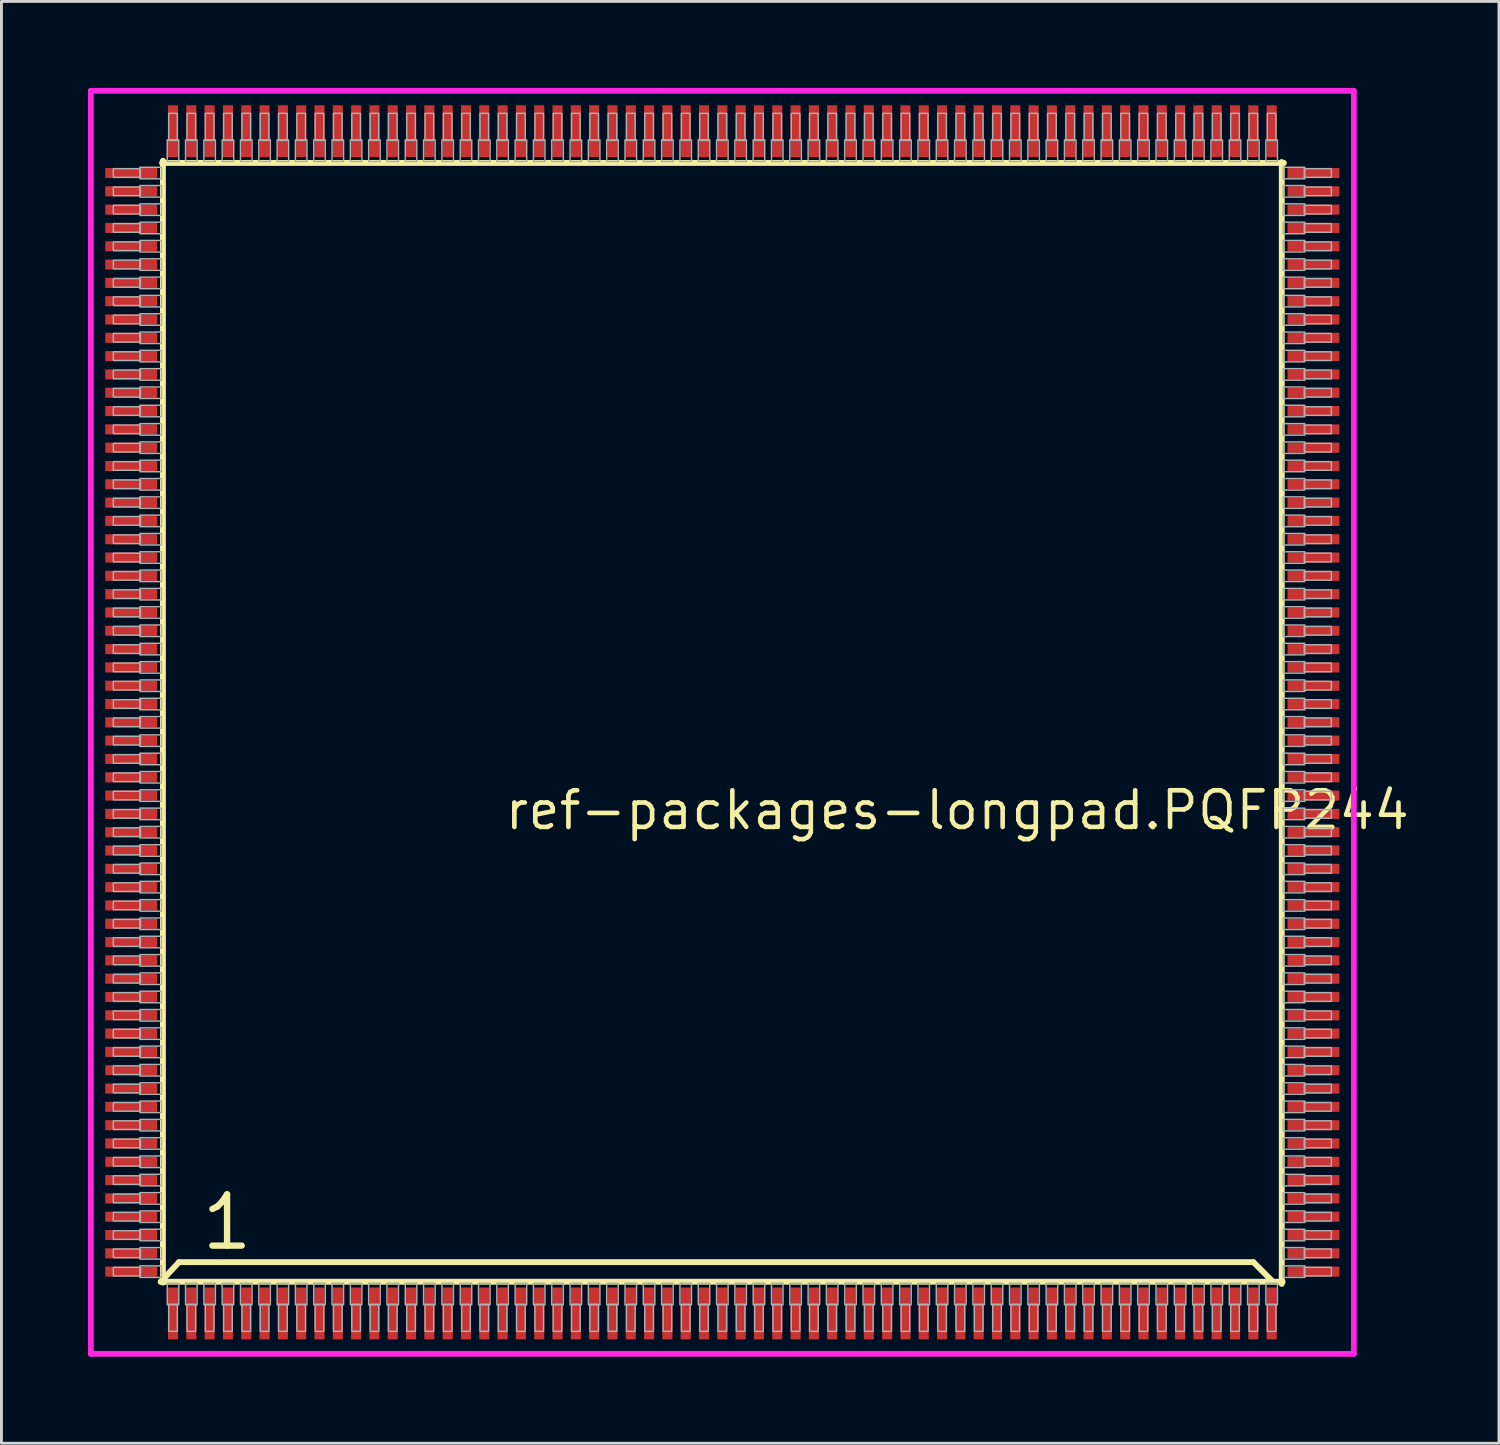
<source format=kicad_pcb>
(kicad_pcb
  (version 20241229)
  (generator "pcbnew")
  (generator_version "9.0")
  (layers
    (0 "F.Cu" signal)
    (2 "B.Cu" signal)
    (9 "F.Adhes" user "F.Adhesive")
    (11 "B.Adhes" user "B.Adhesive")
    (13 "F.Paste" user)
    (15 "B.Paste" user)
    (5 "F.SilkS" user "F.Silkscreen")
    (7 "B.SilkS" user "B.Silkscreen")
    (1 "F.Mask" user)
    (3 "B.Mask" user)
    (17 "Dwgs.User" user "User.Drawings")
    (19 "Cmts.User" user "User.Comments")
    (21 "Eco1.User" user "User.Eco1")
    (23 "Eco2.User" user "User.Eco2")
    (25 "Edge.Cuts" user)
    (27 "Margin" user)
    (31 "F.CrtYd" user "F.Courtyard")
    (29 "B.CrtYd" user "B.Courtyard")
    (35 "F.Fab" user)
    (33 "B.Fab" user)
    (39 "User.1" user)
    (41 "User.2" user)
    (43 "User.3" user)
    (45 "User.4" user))
  (footprint "ref-packages-longpad.PQFP244"
    (layer "F.Cu")
    (at 22 22)
    (property "Reference" "ref-packages-longpad.PQFP244" (at -7.62 3.79 0) (layer "F.SilkS") (effects (font (size 1.27 1.27) (thickness 0.16)) (justify left bottom)))
    (attr smd)
    (fp_line (start -19.476 19.4) (end -18.841 18.72) (stroke (width 0.203) (type default)) (layer "F.SilkS"))
    (fp_line (start -19.476 19.4) (end 19.431 19.4) (stroke (width 0.203) (type default)) (layer "F.SilkS"))
    (fp_line (start -19.4 -19.476) (end -19.4 19.431) (stroke (width 0.203) (type default)) (layer "F.SilkS"))
    (fp_line (start -18.841 18.72) (end 18.415 18.72) (stroke (width 0.203) (type default)) (layer "F.SilkS"))
    (fp_line (start 18.415 18.72) (end 19.05 19.355) (stroke (width 0.203) (type default)) (layer "F.SilkS"))
    (fp_line (start 19.4 19.476) (end 19.4 -19.431) (stroke (width 0.203) (type default)) (layer "F.SilkS"))
    (fp_line (start 19.476 -19.4) (end -19.431 -19.4) (stroke (width 0.203) (type default)) (layer "F.SilkS"))
    (fp_line (start -21.9 -21.9) (end 21.9 -21.9) (stroke (width 0.2) (type default)) (layer "F.CrtYd"))
    (fp_line (start -21.9 21.9) (end -21.9 -21.9) (stroke (width 0.2) (type default)) (layer "F.CrtYd"))
    (fp_line (start 21.9 -21.9) (end 21.9 21.9) (stroke (width 0.2) (type default)) (layer "F.CrtYd"))
    (fp_line (start 21.9 21.9) (end -21.9 21.9) (stroke (width 0.2) (type default)) (layer "F.CrtYd"))
    (fp_rect (start -21.12 -18.9) (end -20.18 -19.2) (stroke (width 0.05) (type default)) (fill no) (layer "F.Fab"))
    (fp_rect (start -21.12 -18.265) (end -20.18 -18.565) (stroke (width 0.05) (type default)) (fill no) (layer "F.Fab"))
    (fp_rect (start -21.12 -17.63) (end -20.18 -17.93) (stroke (width 0.05) (type default)) (fill no) (layer "F.Fab"))
    (fp_rect (start -21.12 -16.995) (end -20.18 -17.295) (stroke (width 0.05) (type default)) (fill no) (layer "F.Fab"))
    (fp_rect (start -21.12 -16.36) (end -20.18 -16.66) (stroke (width 0.05) (type default)) (fill no) (layer "F.Fab"))
    (fp_rect (start -21.12 -15.725) (end -20.18 -16.025) (stroke (width 0.05) (type default)) (fill no) (layer "F.Fab"))
    (fp_rect (start -21.12 -15.09) (end -20.18 -15.39) (stroke (width 0.05) (type default)) (fill no) (layer "F.Fab"))
    (fp_rect (start -21.12 -14.455) (end -20.18 -14.755) (stroke (width 0.05) (type default)) (fill no) (layer "F.Fab"))
    (fp_rect (start -21.12 -13.82) (end -20.18 -14.12) (stroke (width 0.05) (type default)) (fill no) (layer "F.Fab"))
    (fp_rect (start -21.12 -13.185) (end -20.18 -13.485) (stroke (width 0.05) (type default)) (fill no) (layer "F.Fab"))
    (fp_rect (start -21.12 -12.55) (end -20.18 -12.85) (stroke (width 0.05) (type default)) (fill no) (layer "F.Fab"))
    (fp_rect (start -21.12 -11.915) (end -20.18 -12.215) (stroke (width 0.05) (type default)) (fill no) (layer "F.Fab"))
    (fp_rect (start -21.12 -11.28) (end -20.18 -11.58) (stroke (width 0.05) (type default)) (fill no) (layer "F.Fab"))
    (fp_rect (start -21.12 -10.645) (end -20.18 -10.945) (stroke (width 0.05) (type default)) (fill no) (layer "F.Fab"))
    (fp_rect (start -21.12 -10.01) (end -20.18 -10.31) (stroke (width 0.05) (type default)) (fill no) (layer "F.Fab"))
    (fp_rect (start -21.12 -9.375) (end -20.18 -9.675) (stroke (width 0.05) (type default)) (fill no) (layer "F.Fab"))
    (fp_rect (start -21.12 -8.74) (end -20.18 -9.04) (stroke (width 0.05) (type default)) (fill no) (layer "F.Fab"))
    (fp_rect (start -21.12 -8.105) (end -20.18 -8.405) (stroke (width 0.05) (type default)) (fill no) (layer "F.Fab"))
    (fp_rect (start -21.12 -7.47) (end -20.18 -7.77) (stroke (width 0.05) (type default)) (fill no) (layer "F.Fab"))
    (fp_rect (start -21.12 -6.835) (end -20.18 -7.135) (stroke (width 0.05) (type default)) (fill no) (layer "F.Fab"))
    (fp_rect (start -21.12 -6.2) (end -20.18 -6.5) (stroke (width 0.05) (type default)) (fill no) (layer "F.Fab"))
    (fp_rect (start -21.12 -5.565) (end -20.18 -5.865) (stroke (width 0.05) (type default)) (fill no) (layer "F.Fab"))
    (fp_rect (start -21.12 -4.93) (end -20.18 -5.23) (stroke (width 0.05) (type default)) (fill no) (layer "F.Fab"))
    (fp_rect (start -21.12 -4.295) (end -20.18 -4.595) (stroke (width 0.05) (type default)) (fill no) (layer "F.Fab"))
    (fp_rect (start -21.12 -3.66) (end -20.18 -3.96) (stroke (width 0.05) (type default)) (fill no) (layer "F.Fab"))
    (fp_rect (start -21.12 -3.025) (end -20.18 -3.325) (stroke (width 0.05) (type default)) (fill no) (layer "F.Fab"))
    (fp_rect (start -21.12 -2.39) (end -20.18 -2.69) (stroke (width 0.05) (type default)) (fill no) (layer "F.Fab"))
    (fp_rect (start -21.12 -1.755) (end -20.18 -2.055) (stroke (width 0.05) (type default)) (fill no) (layer "F.Fab"))
    (fp_rect (start -21.12 -1.12) (end -20.18 -1.42) (stroke (width 0.05) (type default)) (fill no) (layer "F.Fab"))
    (fp_rect (start -21.12 -0.485) (end -20.18 -0.785) (stroke (width 0.05) (type default)) (fill no) (layer "F.Fab"))
    (fp_rect (start -21.12 0.15) (end -20.18 -0.15) (stroke (width 0.05) (type default)) (fill no) (layer "F.Fab"))
    (fp_rect (start -21.12 0.785) (end -20.18 0.485) (stroke (width 0.05) (type default)) (fill no) (layer "F.Fab"))
    (fp_rect (start -21.12 1.42) (end -20.18 1.12) (stroke (width 0.05) (type default)) (fill no) (layer "F.Fab"))
    (fp_rect (start -21.12 2.055) (end -20.18 1.755) (stroke (width 0.05) (type default)) (fill no) (layer "F.Fab"))
    (fp_rect (start -21.12 2.69) (end -20.18 2.39) (stroke (width 0.05) (type default)) (fill no) (layer "F.Fab"))
    (fp_rect (start -21.12 3.325) (end -20.18 3.025) (stroke (width 0.05) (type default)) (fill no) (layer "F.Fab"))
    (fp_rect (start -21.12 3.96) (end -20.18 3.66) (stroke (width 0.05) (type default)) (fill no) (layer "F.Fab"))
    (fp_rect (start -21.12 4.595) (end -20.18 4.295) (stroke (width 0.05) (type default)) (fill no) (layer "F.Fab"))
    (fp_rect (start -21.12 5.23) (end -20.18 4.93) (stroke (width 0.05) (type default)) (fill no) (layer "F.Fab"))
    (fp_rect (start -21.12 5.865) (end -20.18 5.565) (stroke (width 0.05) (type default)) (fill no) (layer "F.Fab"))
    (fp_rect (start -21.12 6.5) (end -20.18 6.2) (stroke (width 0.05) (type default)) (fill no) (layer "F.Fab"))
    (fp_rect (start -21.12 7.135) (end -20.18 6.835) (stroke (width 0.05) (type default)) (fill no) (layer "F.Fab"))
    (fp_rect (start -21.12 7.77) (end -20.18 7.47) (stroke (width 0.05) (type default)) (fill no) (layer "F.Fab"))
    (fp_rect (start -21.12 8.405) (end -20.18 8.105) (stroke (width 0.05) (type default)) (fill no) (layer "F.Fab"))
    (fp_rect (start -21.12 9.04) (end -20.18 8.74) (stroke (width 0.05) (type default)) (fill no) (layer "F.Fab"))
    (fp_rect (start -21.12 9.675) (end -20.18 9.375) (stroke (width 0.05) (type default)) (fill no) (layer "F.Fab"))
    (fp_rect (start -21.12 10.31) (end -20.18 10.01) (stroke (width 0.05) (type default)) (fill no) (layer "F.Fab"))
    (fp_rect (start -21.12 10.945) (end -20.18 10.645) (stroke (width 0.05) (type default)) (fill no) (layer "F.Fab"))
    (fp_rect (start -21.12 11.58) (end -20.18 11.28) (stroke (width 0.05) (type default)) (fill no) (layer "F.Fab"))
    (fp_rect (start -21.12 12.215) (end -20.18 11.915) (stroke (width 0.05) (type default)) (fill no) (layer "F.Fab"))
    (fp_rect (start -21.12 12.85) (end -20.18 12.55) (stroke (width 0.05) (type default)) (fill no) (layer "F.Fab"))
    (fp_rect (start -21.12 13.485) (end -20.18 13.185) (stroke (width 0.05) (type default)) (fill no) (layer "F.Fab"))
    (fp_rect (start -21.12 14.12) (end -20.18 13.82) (stroke (width 0.05) (type default)) (fill no) (layer "F.Fab"))
    (fp_rect (start -21.12 14.755) (end -20.18 14.455) (stroke (width 0.05) (type default)) (fill no) (layer "F.Fab"))
    (fp_rect (start -21.12 15.39) (end -20.18 15.09) (stroke (width 0.05) (type default)) (fill no) (layer "F.Fab"))
    (fp_rect (start -21.12 16.025) (end -20.18 15.725) (stroke (width 0.05) (type default)) (fill no) (layer "F.Fab"))
    (fp_rect (start -21.12 16.66) (end -20.18 16.36) (stroke (width 0.05) (type default)) (fill no) (layer "F.Fab"))
    (fp_rect (start -21.12 17.295) (end -20.18 16.995) (stroke (width 0.05) (type default)) (fill no) (layer "F.Fab"))
    (fp_rect (start -21.12 17.93) (end -20.18 17.63) (stroke (width 0.05) (type default)) (fill no) (layer "F.Fab"))
    (fp_rect (start -21.12 18.565) (end -20.18 18.265) (stroke (width 0.05) (type default)) (fill no) (layer "F.Fab"))
    (fp_rect (start -21.12 19.2) (end -20.18 18.9) (stroke (width 0.05) (type default)) (fill no) (layer "F.Fab"))
    (fp_rect (start -20.2 -18.85) (end -19.45 -19.25) (stroke (width 0.05) (type default)) (fill no) (layer "F.Fab"))
    (fp_rect (start -20.2 -18.215) (end -19.45 -18.615) (stroke (width 0.05) (type default)) (fill no) (layer "F.Fab"))
    (fp_rect (start -20.2 -17.58) (end -19.45 -17.98) (stroke (width 0.05) (type default)) (fill no) (layer "F.Fab"))
    (fp_rect (start -20.2 -16.945) (end -19.45 -17.345) (stroke (width 0.05) (type default)) (fill no) (layer "F.Fab"))
    (fp_rect (start -20.2 -16.31) (end -19.45 -16.71) (stroke (width 0.05) (type default)) (fill no) (layer "F.Fab"))
    (fp_rect (start -20.2 -15.675) (end -19.45 -16.075) (stroke (width 0.05) (type default)) (fill no) (layer "F.Fab"))
    (fp_rect (start -20.2 -15.04) (end -19.45 -15.44) (stroke (width 0.05) (type default)) (fill no) (layer "F.Fab"))
    (fp_rect (start -20.2 -14.405) (end -19.45 -14.805) (stroke (width 0.05) (type default)) (fill no) (layer "F.Fab"))
    (fp_rect (start -20.2 -13.77) (end -19.45 -14.17) (stroke (width 0.05) (type default)) (fill no) (layer "F.Fab"))
    (fp_rect (start -20.2 -13.135) (end -19.45 -13.535) (stroke (width 0.05) (type default)) (fill no) (layer "F.Fab"))
    (fp_rect (start -20.2 -12.5) (end -19.45 -12.9) (stroke (width 0.05) (type default)) (fill no) (layer "F.Fab"))
    (fp_rect (start -20.2 -11.865) (end -19.45 -12.265) (stroke (width 0.05) (type default)) (fill no) (layer "F.Fab"))
    (fp_rect (start -20.2 -11.23) (end -19.45 -11.63) (stroke (width 0.05) (type default)) (fill no) (layer "F.Fab"))
    (fp_rect (start -20.2 -10.595) (end -19.45 -10.995) (stroke (width 0.05) (type default)) (fill no) (layer "F.Fab"))
    (fp_rect (start -20.2 -9.96) (end -19.45 -10.36) (stroke (width 0.05) (type default)) (fill no) (layer "F.Fab"))
    (fp_rect (start -20.2 -9.325) (end -19.45 -9.725) (stroke (width 0.05) (type default)) (fill no) (layer "F.Fab"))
    (fp_rect (start -20.2 -8.69) (end -19.45 -9.09) (stroke (width 0.05) (type default)) (fill no) (layer "F.Fab"))
    (fp_rect (start -20.2 -8.055) (end -19.45 -8.455) (stroke (width 0.05) (type default)) (fill no) (layer "F.Fab"))
    (fp_rect (start -20.2 -7.42) (end -19.45 -7.82) (stroke (width 0.05) (type default)) (fill no) (layer "F.Fab"))
    (fp_rect (start -20.2 -6.785) (end -19.45 -7.185) (stroke (width 0.05) (type default)) (fill no) (layer "F.Fab"))
    (fp_rect (start -20.2 -6.15) (end -19.45 -6.55) (stroke (width 0.05) (type default)) (fill no) (layer "F.Fab"))
    (fp_rect (start -20.2 -5.515) (end -19.45 -5.915) (stroke (width 0.05) (type default)) (fill no) (layer "F.Fab"))
    (fp_rect (start -20.2 -4.88) (end -19.45 -5.28) (stroke (width 0.05) (type default)) (fill no) (layer "F.Fab"))
    (fp_rect (start -20.2 -4.245) (end -19.45 -4.645) (stroke (width 0.05) (type default)) (fill no) (layer "F.Fab"))
    (fp_rect (start -20.2 -3.61) (end -19.45 -4.01) (stroke (width 0.05) (type default)) (fill no) (layer "F.Fab"))
    (fp_rect (start -20.2 -2.975) (end -19.45 -3.375) (stroke (width 0.05) (type default)) (fill no) (layer "F.Fab"))
    (fp_rect (start -20.2 -2.34) (end -19.45 -2.74) (stroke (width 0.05) (type default)) (fill no) (layer "F.Fab"))
    (fp_rect (start -20.2 -1.705) (end -19.45 -2.105) (stroke (width 0.05) (type default)) (fill no) (layer "F.Fab"))
    (fp_rect (start -20.2 -1.07) (end -19.45 -1.47) (stroke (width 0.05) (type default)) (fill no) (layer "F.Fab"))
    (fp_rect (start -20.2 -0.435) (end -19.45 -0.835) (stroke (width 0.05) (type default)) (fill no) (layer "F.Fab"))
    (fp_rect (start -20.2 0.2) (end -19.45 -0.2) (stroke (width 0.05) (type default)) (fill no) (layer "F.Fab"))
    (fp_rect (start -20.2 0.835) (end -19.45 0.435) (stroke (width 0.05) (type default)) (fill no) (layer "F.Fab"))
    (fp_rect (start -20.2 1.47) (end -19.45 1.07) (stroke (width 0.05) (type default)) (fill no) (layer "F.Fab"))
    (fp_rect (start -20.2 2.105) (end -19.45 1.705) (stroke (width 0.05) (type default)) (fill no) (layer "F.Fab"))
    (fp_rect (start -20.2 2.74) (end -19.45 2.34) (stroke (width 0.05) (type default)) (fill no) (layer "F.Fab"))
    (fp_rect (start -20.2 3.375) (end -19.45 2.975) (stroke (width 0.05) (type default)) (fill no) (layer "F.Fab"))
    (fp_rect (start -20.2 4.01) (end -19.45 3.61) (stroke (width 0.05) (type default)) (fill no) (layer "F.Fab"))
    (fp_rect (start -20.2 4.645) (end -19.45 4.245) (stroke (width 0.05) (type default)) (fill no) (layer "F.Fab"))
    (fp_rect (start -20.2 5.28) (end -19.45 4.88) (stroke (width 0.05) (type default)) (fill no) (layer "F.Fab"))
    (fp_rect (start -20.2 5.915) (end -19.45 5.515) (stroke (width 0.05) (type default)) (fill no) (layer "F.Fab"))
    (fp_rect (start -20.2 6.55) (end -19.45 6.15) (stroke (width 0.05) (type default)) (fill no) (layer "F.Fab"))
    (fp_rect (start -20.2 7.185) (end -19.45 6.785) (stroke (width 0.05) (type default)) (fill no) (layer "F.Fab"))
    (fp_rect (start -20.2 7.82) (end -19.45 7.42) (stroke (width 0.05) (type default)) (fill no) (layer "F.Fab"))
    (fp_rect (start -20.2 8.455) (end -19.45 8.055) (stroke (width 0.05) (type default)) (fill no) (layer "F.Fab"))
    (fp_rect (start -20.2 9.09) (end -19.45 8.69) (stroke (width 0.05) (type default)) (fill no) (layer "F.Fab"))
    (fp_rect (start -20.2 9.725) (end -19.45 9.325) (stroke (width 0.05) (type default)) (fill no) (layer "F.Fab"))
    (fp_rect (start -20.2 10.36) (end -19.45 9.96) (stroke (width 0.05) (type default)) (fill no) (layer "F.Fab"))
    (fp_rect (start -20.2 10.995) (end -19.45 10.595) (stroke (width 0.05) (type default)) (fill no) (layer "F.Fab"))
    (fp_rect (start -20.2 11.63) (end -19.45 11.23) (stroke (width 0.05) (type default)) (fill no) (layer "F.Fab"))
    (fp_rect (start -20.2 12.265) (end -19.45 11.865) (stroke (width 0.05) (type default)) (fill no) (layer "F.Fab"))
    (fp_rect (start -20.2 12.9) (end -19.45 12.5) (stroke (width 0.05) (type default)) (fill no) (layer "F.Fab"))
    (fp_rect (start -20.2 13.535) (end -19.45 13.135) (stroke (width 0.05) (type default)) (fill no) (layer "F.Fab"))
    (fp_rect (start -20.2 14.17) (end -19.45 13.77) (stroke (width 0.05) (type default)) (fill no) (layer "F.Fab"))
    (fp_rect (start -20.2 14.805) (end -19.45 14.405) (stroke (width 0.05) (type default)) (fill no) (layer "F.Fab"))
    (fp_rect (start -20.2 15.44) (end -19.45 15.04) (stroke (width 0.05) (type default)) (fill no) (layer "F.Fab"))
    (fp_rect (start -20.2 16.075) (end -19.45 15.675) (stroke (width 0.05) (type default)) (fill no) (layer "F.Fab"))
    (fp_rect (start -20.2 16.71) (end -19.45 16.31) (stroke (width 0.05) (type default)) (fill no) (layer "F.Fab"))
    (fp_rect (start -20.2 17.345) (end -19.45 16.945) (stroke (width 0.05) (type default)) (fill no) (layer "F.Fab"))
    (fp_rect (start -20.2 17.98) (end -19.45 17.58) (stroke (width 0.05) (type default)) (fill no) (layer "F.Fab"))
    (fp_rect (start -20.2 18.615) (end -19.45 18.215) (stroke (width 0.05) (type default)) (fill no) (layer "F.Fab"))
    (fp_rect (start -20.2 19.25) (end -19.45 18.85) (stroke (width 0.05) (type default)) (fill no) (layer "F.Fab"))
    (fp_rect (start -19.25 -19.45) (end -18.85 -20.2) (stroke (width 0.05) (type default)) (fill no) (layer "F.Fab"))
    (fp_rect (start -19.25 20.2) (end -18.85 19.45) (stroke (width 0.05) (type default)) (fill no) (layer "F.Fab"))
    (fp_rect (start -19.2 -20.18) (end -18.9 -21.12) (stroke (width 0.05) (type default)) (fill no) (layer "F.Fab"))
    (fp_rect (start -19.2 21.12) (end -18.9 20.18) (stroke (width 0.05) (type default)) (fill no) (layer "F.Fab"))
    (fp_rect (start -18.615 -19.45) (end -18.215 -20.2) (stroke (width 0.05) (type default)) (fill no) (layer "F.Fab"))
    (fp_rect (start -18.615 20.2) (end -18.215 19.45) (stroke (width 0.05) (type default)) (fill no) (layer "F.Fab"))
    (fp_rect (start -18.565 -20.18) (end -18.265 -21.12) (stroke (width 0.05) (type default)) (fill no) (layer "F.Fab"))
    (fp_rect (start -18.565 21.12) (end -18.265 20.18) (stroke (width 0.05) (type default)) (fill no) (layer "F.Fab"))
    (fp_rect (start -17.98 -19.45) (end -17.58 -20.2) (stroke (width 0.05) (type default)) (fill no) (layer "F.Fab"))
    (fp_rect (start -17.98 20.2) (end -17.58 19.45) (stroke (width 0.05) (type default)) (fill no) (layer "F.Fab"))
    (fp_rect (start -17.93 -20.18) (end -17.63 -21.12) (stroke (width 0.05) (type default)) (fill no) (layer "F.Fab"))
    (fp_rect (start -17.93 21.12) (end -17.63 20.18) (stroke (width 0.05) (type default)) (fill no) (layer "F.Fab"))
    (fp_rect (start -17.345 -19.45) (end -16.945 -20.2) (stroke (width 0.05) (type default)) (fill no) (layer "F.Fab"))
    (fp_rect (start -17.345 20.2) (end -16.945 19.45) (stroke (width 0.05) (type default)) (fill no) (layer "F.Fab"))
    (fp_rect (start -17.295 -20.18) (end -16.995 -21.12) (stroke (width 0.05) (type default)) (fill no) (layer "F.Fab"))
    (fp_rect (start -17.295 21.12) (end -16.995 20.18) (stroke (width 0.05) (type default)) (fill no) (layer "F.Fab"))
    (fp_rect (start -16.71 -19.45) (end -16.31 -20.2) (stroke (width 0.05) (type default)) (fill no) (layer "F.Fab"))
    (fp_rect (start -16.71 20.2) (end -16.31 19.45) (stroke (width 0.05) (type default)) (fill no) (layer "F.Fab"))
    (fp_rect (start -16.66 -20.18) (end -16.36 -21.12) (stroke (width 0.05) (type default)) (fill no) (layer "F.Fab"))
    (fp_rect (start -16.66 21.12) (end -16.36 20.18) (stroke (width 0.05) (type default)) (fill no) (layer "F.Fab"))
    (fp_rect (start -16.075 -19.45) (end -15.675 -20.2) (stroke (width 0.05) (type default)) (fill no) (layer "F.Fab"))
    (fp_rect (start -16.075 20.2) (end -15.675 19.45) (stroke (width 0.05) (type default)) (fill no) (layer "F.Fab"))
    (fp_rect (start -16.025 -20.18) (end -15.725 -21.12) (stroke (width 0.05) (type default)) (fill no) (layer "F.Fab"))
    (fp_rect (start -16.025 21.12) (end -15.725 20.18) (stroke (width 0.05) (type default)) (fill no) (layer "F.Fab"))
    (fp_rect (start -15.44 -19.45) (end -15.04 -20.2) (stroke (width 0.05) (type default)) (fill no) (layer "F.Fab"))
    (fp_rect (start -15.44 20.2) (end -15.04 19.45) (stroke (width 0.05) (type default)) (fill no) (layer "F.Fab"))
    (fp_rect (start -15.39 -20.18) (end -15.09 -21.12) (stroke (width 0.05) (type default)) (fill no) (layer "F.Fab"))
    (fp_rect (start -15.39 21.12) (end -15.09 20.18) (stroke (width 0.05) (type default)) (fill no) (layer "F.Fab"))
    (fp_rect (start -14.805 -19.45) (end -14.405 -20.2) (stroke (width 0.05) (type default)) (fill no) (layer "F.Fab"))
    (fp_rect (start -14.805 20.2) (end -14.405 19.45) (stroke (width 0.05) (type default)) (fill no) (layer "F.Fab"))
    (fp_rect (start -14.755 -20.18) (end -14.455 -21.12) (stroke (width 0.05) (type default)) (fill no) (layer "F.Fab"))
    (fp_rect (start -14.755 21.12) (end -14.455 20.18) (stroke (width 0.05) (type default)) (fill no) (layer "F.Fab"))
    (fp_rect (start -14.17 -19.45) (end -13.77 -20.2) (stroke (width 0.05) (type default)) (fill no) (layer "F.Fab"))
    (fp_rect (start -14.17 20.2) (end -13.77 19.45) (stroke (width 0.05) (type default)) (fill no) (layer "F.Fab"))
    (fp_rect (start -14.12 -20.18) (end -13.82 -21.12) (stroke (width 0.05) (type default)) (fill no) (layer "F.Fab"))
    (fp_rect (start -14.12 21.12) (end -13.82 20.18) (stroke (width 0.05) (type default)) (fill no) (layer "F.Fab"))
    (fp_rect (start -13.535 -19.45) (end -13.135 -20.2) (stroke (width 0.05) (type default)) (fill no) (layer "F.Fab"))
    (fp_rect (start -13.535 20.2) (end -13.135 19.45) (stroke (width 0.05) (type default)) (fill no) (layer "F.Fab"))
    (fp_rect (start -13.485 -20.18) (end -13.185 -21.12) (stroke (width 0.05) (type default)) (fill no) (layer "F.Fab"))
    (fp_rect (start -13.485 21.12) (end -13.185 20.18) (stroke (width 0.05) (type default)) (fill no) (layer "F.Fab"))
    (fp_rect (start -12.9 -19.45) (end -12.5 -20.2) (stroke (width 0.05) (type default)) (fill no) (layer "F.Fab"))
    (fp_rect (start -12.9 20.2) (end -12.5 19.45) (stroke (width 0.05) (type default)) (fill no) (layer "F.Fab"))
    (fp_rect (start -12.85 -20.18) (end -12.55 -21.12) (stroke (width 0.05) (type default)) (fill no) (layer "F.Fab"))
    (fp_rect (start -12.85 21.12) (end -12.55 20.18) (stroke (width 0.05) (type default)) (fill no) (layer "F.Fab"))
    (fp_rect (start -12.265 -19.45) (end -11.865 -20.2) (stroke (width 0.05) (type default)) (fill no) (layer "F.Fab"))
    (fp_rect (start -12.265 20.2) (end -11.865 19.45) (stroke (width 0.05) (type default)) (fill no) (layer "F.Fab"))
    (fp_rect (start -12.215 -20.18) (end -11.915 -21.12) (stroke (width 0.05) (type default)) (fill no) (layer "F.Fab"))
    (fp_rect (start -12.215 21.12) (end -11.915 20.18) (stroke (width 0.05) (type default)) (fill no) (layer "F.Fab"))
    (fp_rect (start -11.63 -19.45) (end -11.23 -20.2) (stroke (width 0.05) (type default)) (fill no) (layer "F.Fab"))
    (fp_rect (start -11.63 20.2) (end -11.23 19.45) (stroke (width 0.05) (type default)) (fill no) (layer "F.Fab"))
    (fp_rect (start -11.58 -20.18) (end -11.28 -21.12) (stroke (width 0.05) (type default)) (fill no) (layer "F.Fab"))
    (fp_rect (start -11.58 21.12) (end -11.28 20.18) (stroke (width 0.05) (type default)) (fill no) (layer "F.Fab"))
    (fp_rect (start -10.995 -19.45) (end -10.595 -20.2) (stroke (width 0.05) (type default)) (fill no) (layer "F.Fab"))
    (fp_rect (start -10.995 20.2) (end -10.595 19.45) (stroke (width 0.05) (type default)) (fill no) (layer "F.Fab"))
    (fp_rect (start -10.945 -20.18) (end -10.645 -21.12) (stroke (width 0.05) (type default)) (fill no) (layer "F.Fab"))
    (fp_rect (start -10.945 21.12) (end -10.645 20.18) (stroke (width 0.05) (type default)) (fill no) (layer "F.Fab"))
    (fp_rect (start -10.36 -19.45) (end -9.96 -20.2) (stroke (width 0.05) (type default)) (fill no) (layer "F.Fab"))
    (fp_rect (start -10.36 20.2) (end -9.96 19.45) (stroke (width 0.05) (type default)) (fill no) (layer "F.Fab"))
    (fp_rect (start -10.31 -20.18) (end -10.01 -21.12) (stroke (width 0.05) (type default)) (fill no) (layer "F.Fab"))
    (fp_rect (start -10.31 21.12) (end -10.01 20.18) (stroke (width 0.05) (type default)) (fill no) (layer "F.Fab"))
    (fp_rect (start -9.725 -19.45) (end -9.325 -20.2) (stroke (width 0.05) (type default)) (fill no) (layer "F.Fab"))
    (fp_rect (start -9.725 20.2) (end -9.325 19.45) (stroke (width 0.05) (type default)) (fill no) (layer "F.Fab"))
    (fp_rect (start -9.675 -20.18) (end -9.375 -21.12) (stroke (width 0.05) (type default)) (fill no) (layer "F.Fab"))
    (fp_rect (start -9.675 21.12) (end -9.375 20.18) (stroke (width 0.05) (type default)) (fill no) (layer "F.Fab"))
    (fp_rect (start -9.09 -19.45) (end -8.69 -20.2) (stroke (width 0.05) (type default)) (fill no) (layer "F.Fab"))
    (fp_rect (start -9.09 20.2) (end -8.69 19.45) (stroke (width 0.05) (type default)) (fill no) (layer "F.Fab"))
    (fp_rect (start -9.04 -20.18) (end -8.74 -21.12) (stroke (width 0.05) (type default)) (fill no) (layer "F.Fab"))
    (fp_rect (start -9.04 21.12) (end -8.74 20.18) (stroke (width 0.05) (type default)) (fill no) (layer "F.Fab"))
    (fp_rect (start -8.455 -19.45) (end -8.055 -20.2) (stroke (width 0.05) (type default)) (fill no) (layer "F.Fab"))
    (fp_rect (start -8.455 20.2) (end -8.055 19.45) (stroke (width 0.05) (type default)) (fill no) (layer "F.Fab"))
    (fp_rect (start -8.405 -20.18) (end -8.105 -21.12) (stroke (width 0.05) (type default)) (fill no) (layer "F.Fab"))
    (fp_rect (start -8.405 21.12) (end -8.105 20.18) (stroke (width 0.05) (type default)) (fill no) (layer "F.Fab"))
    (fp_rect (start -7.82 -19.45) (end -7.42 -20.2) (stroke (width 0.05) (type default)) (fill no) (layer "F.Fab"))
    (fp_rect (start -7.82 20.2) (end -7.42 19.45) (stroke (width 0.05) (type default)) (fill no) (layer "F.Fab"))
    (fp_rect (start -7.77 -20.18) (end -7.47 -21.12) (stroke (width 0.05) (type default)) (fill no) (layer "F.Fab"))
    (fp_rect (start -7.77 21.12) (end -7.47 20.18) (stroke (width 0.05) (type default)) (fill no) (layer "F.Fab"))
    (fp_rect (start -7.185 -19.45) (end -6.785 -20.2) (stroke (width 0.05) (type default)) (fill no) (layer "F.Fab"))
    (fp_rect (start -7.185 20.2) (end -6.785 19.45) (stroke (width 0.05) (type default)) (fill no) (layer "F.Fab"))
    (fp_rect (start -7.135 -20.18) (end -6.835 -21.12) (stroke (width 0.05) (type default)) (fill no) (layer "F.Fab"))
    (fp_rect (start -7.135 21.12) (end -6.835 20.18) (stroke (width 0.05) (type default)) (fill no) (layer "F.Fab"))
    (fp_rect (start -6.55 -19.45) (end -6.15 -20.2) (stroke (width 0.05) (type default)) (fill no) (layer "F.Fab"))
    (fp_rect (start -6.55 20.2) (end -6.15 19.45) (stroke (width 0.05) (type default)) (fill no) (layer "F.Fab"))
    (fp_rect (start -6.5 -20.18) (end -6.2 -21.12) (stroke (width 0.05) (type default)) (fill no) (layer "F.Fab"))
    (fp_rect (start -6.5 21.12) (end -6.2 20.18) (stroke (width 0.05) (type default)) (fill no) (layer "F.Fab"))
    (fp_rect (start -5.915 -19.45) (end -5.515 -20.2) (stroke (width 0.05) (type default)) (fill no) (layer "F.Fab"))
    (fp_rect (start -5.915 20.2) (end -5.515 19.45) (stroke (width 0.05) (type default)) (fill no) (layer "F.Fab"))
    (fp_rect (start -5.865 -20.18) (end -5.565 -21.12) (stroke (width 0.05) (type default)) (fill no) (layer "F.Fab"))
    (fp_rect (start -5.865 21.12) (end -5.565 20.18) (stroke (width 0.05) (type default)) (fill no) (layer "F.Fab"))
    (fp_rect (start -5.28 -19.45) (end -4.88 -20.2) (stroke (width 0.05) (type default)) (fill no) (layer "F.Fab"))
    (fp_rect (start -5.28 20.2) (end -4.88 19.45) (stroke (width 0.05) (type default)) (fill no) (layer "F.Fab"))
    (fp_rect (start -5.23 -20.18) (end -4.93 -21.12) (stroke (width 0.05) (type default)) (fill no) (layer "F.Fab"))
    (fp_rect (start -5.23 21.12) (end -4.93 20.18) (stroke (width 0.05) (type default)) (fill no) (layer "F.Fab"))
    (fp_rect (start -4.645 -19.45) (end -4.245 -20.2) (stroke (width 0.05) (type default)) (fill no) (layer "F.Fab"))
    (fp_rect (start -4.645 20.2) (end -4.245 19.45) (stroke (width 0.05) (type default)) (fill no) (layer "F.Fab"))
    (fp_rect (start -4.595 -20.18) (end -4.295 -21.12) (stroke (width 0.05) (type default)) (fill no) (layer "F.Fab"))
    (fp_rect (start -4.595 21.12) (end -4.295 20.18) (stroke (width 0.05) (type default)) (fill no) (layer "F.Fab"))
    (fp_rect (start -4.01 -19.45) (end -3.61 -20.2) (stroke (width 0.05) (type default)) (fill no) (layer "F.Fab"))
    (fp_rect (start -4.01 20.2) (end -3.61 19.45) (stroke (width 0.05) (type default)) (fill no) (layer "F.Fab"))
    (fp_rect (start -3.96 -20.18) (end -3.66 -21.12) (stroke (width 0.05) (type default)) (fill no) (layer "F.Fab"))
    (fp_rect (start -3.96 21.12) (end -3.66 20.18) (stroke (width 0.05) (type default)) (fill no) (layer "F.Fab"))
    (fp_rect (start -3.375 -19.45) (end -2.975 -20.2) (stroke (width 0.05) (type default)) (fill no) (layer "F.Fab"))
    (fp_rect (start -3.375 20.2) (end -2.975 19.45) (stroke (width 0.05) (type default)) (fill no) (layer "F.Fab"))
    (fp_rect (start -3.325 -20.18) (end -3.025 -21.12) (stroke (width 0.05) (type default)) (fill no) (layer "F.Fab"))
    (fp_rect (start -3.325 21.12) (end -3.025 20.18) (stroke (width 0.05) (type default)) (fill no) (layer "F.Fab"))
    (fp_rect (start -2.74 -19.45) (end -2.34 -20.2) (stroke (width 0.05) (type default)) (fill no) (layer "F.Fab"))
    (fp_rect (start -2.74 20.2) (end -2.34 19.45) (stroke (width 0.05) (type default)) (fill no) (layer "F.Fab"))
    (fp_rect (start -2.69 -20.18) (end -2.39 -21.12) (stroke (width 0.05) (type default)) (fill no) (layer "F.Fab"))
    (fp_rect (start -2.69 21.12) (end -2.39 20.18) (stroke (width 0.05) (type default)) (fill no) (layer "F.Fab"))
    (fp_rect (start -2.105 -19.45) (end -1.705 -20.2) (stroke (width 0.05) (type default)) (fill no) (layer "F.Fab"))
    (fp_rect (start -2.105 20.2) (end -1.705 19.45) (stroke (width 0.05) (type default)) (fill no) (layer "F.Fab"))
    (fp_rect (start -2.055 -20.18) (end -1.755 -21.12) (stroke (width 0.05) (type default)) (fill no) (layer "F.Fab"))
    (fp_rect (start -2.055 21.12) (end -1.755 20.18) (stroke (width 0.05) (type default)) (fill no) (layer "F.Fab"))
    (fp_rect (start -1.47 -19.45) (end -1.07 -20.2) (stroke (width 0.05) (type default)) (fill no) (layer "F.Fab"))
    (fp_rect (start -1.47 20.2) (end -1.07 19.45) (stroke (width 0.05) (type default)) (fill no) (layer "F.Fab"))
    (fp_rect (start -1.42 -20.18) (end -1.12 -21.12) (stroke (width 0.05) (type default)) (fill no) (layer "F.Fab"))
    (fp_rect (start -1.42 21.12) (end -1.12 20.18) (stroke (width 0.05) (type default)) (fill no) (layer "F.Fab"))
    (fp_rect (start -0.835 -19.45) (end -0.435 -20.2) (stroke (width 0.05) (type default)) (fill no) (layer "F.Fab"))
    (fp_rect (start -0.835 20.2) (end -0.435 19.45) (stroke (width 0.05) (type default)) (fill no) (layer "F.Fab"))
    (fp_rect (start -0.785 -20.18) (end -0.485 -21.12) (stroke (width 0.05) (type default)) (fill no) (layer "F.Fab"))
    (fp_rect (start -0.785 21.12) (end -0.485 20.18) (stroke (width 0.05) (type default)) (fill no) (layer "F.Fab"))
    (fp_rect (start -0.2 -19.45) (end 0.2 -20.2) (stroke (width 0.05) (type default)) (fill no) (layer "F.Fab"))
    (fp_rect (start -0.2 20.2) (end 0.2 19.45) (stroke (width 0.05) (type default)) (fill no) (layer "F.Fab"))
    (fp_rect (start -0.15 -20.18) (end 0.15 -21.12) (stroke (width 0.05) (type default)) (fill no) (layer "F.Fab"))
    (fp_rect (start -0.15 21.12) (end 0.15 20.18) (stroke (width 0.05) (type default)) (fill no) (layer "F.Fab"))
    (fp_rect (start 0.435 -19.45) (end 0.835 -20.2) (stroke (width 0.05) (type default)) (fill no) (layer "F.Fab"))
    (fp_rect (start 0.435 20.2) (end 0.835 19.45) (stroke (width 0.05) (type default)) (fill no) (layer "F.Fab"))
    (fp_rect (start 0.485 -20.18) (end 0.785 -21.12) (stroke (width 0.05) (type default)) (fill no) (layer "F.Fab"))
    (fp_rect (start 0.485 21.12) (end 0.785 20.18) (stroke (width 0.05) (type default)) (fill no) (layer "F.Fab"))
    (fp_rect (start 1.07 -19.45) (end 1.47 -20.2) (stroke (width 0.05) (type default)) (fill no) (layer "F.Fab"))
    (fp_rect (start 1.07 20.2) (end 1.47 19.45) (stroke (width 0.05) (type default)) (fill no) (layer "F.Fab"))
    (fp_rect (start 1.12 -20.18) (end 1.42 -21.12) (stroke (width 0.05) (type default)) (fill no) (layer "F.Fab"))
    (fp_rect (start 1.12 21.12) (end 1.42 20.18) (stroke (width 0.05) (type default)) (fill no) (layer "F.Fab"))
    (fp_rect (start 1.705 -19.45) (end 2.105 -20.2) (stroke (width 0.05) (type default)) (fill no) (layer "F.Fab"))
    (fp_rect (start 1.705 20.2) (end 2.105 19.45) (stroke (width 0.05) (type default)) (fill no) (layer "F.Fab"))
    (fp_rect (start 1.755 -20.18) (end 2.055 -21.12) (stroke (width 0.05) (type default)) (fill no) (layer "F.Fab"))
    (fp_rect (start 1.755 21.12) (end 2.055 20.18) (stroke (width 0.05) (type default)) (fill no) (layer "F.Fab"))
    (fp_rect (start 2.34 -19.45) (end 2.74 -20.2) (stroke (width 0.05) (type default)) (fill no) (layer "F.Fab"))
    (fp_rect (start 2.34 20.2) (end 2.74 19.45) (stroke (width 0.05) (type default)) (fill no) (layer "F.Fab"))
    (fp_rect (start 2.39 -20.18) (end 2.69 -21.12) (stroke (width 0.05) (type default)) (fill no) (layer "F.Fab"))
    (fp_rect (start 2.39 21.12) (end 2.69 20.18) (stroke (width 0.05) (type default)) (fill no) (layer "F.Fab"))
    (fp_rect (start 2.975 -19.45) (end 3.375 -20.2) (stroke (width 0.05) (type default)) (fill no) (layer "F.Fab"))
    (fp_rect (start 2.975 20.2) (end 3.375 19.45) (stroke (width 0.05) (type default)) (fill no) (layer "F.Fab"))
    (fp_rect (start 3.025 -20.18) (end 3.325 -21.12) (stroke (width 0.05) (type default)) (fill no) (layer "F.Fab"))
    (fp_rect (start 3.025 21.12) (end 3.325 20.18) (stroke (width 0.05) (type default)) (fill no) (layer "F.Fab"))
    (fp_rect (start 3.61 -19.45) (end 4.01 -20.2) (stroke (width 0.05) (type default)) (fill no) (layer "F.Fab"))
    (fp_rect (start 3.61 20.2) (end 4.01 19.45) (stroke (width 0.05) (type default)) (fill no) (layer "F.Fab"))
    (fp_rect (start 3.66 -20.18) (end 3.96 -21.12) (stroke (width 0.05) (type default)) (fill no) (layer "F.Fab"))
    (fp_rect (start 3.66 21.12) (end 3.96 20.18) (stroke (width 0.05) (type default)) (fill no) (layer "F.Fab"))
    (fp_rect (start 4.245 -19.45) (end 4.645 -20.2) (stroke (width 0.05) (type default)) (fill no) (layer "F.Fab"))
    (fp_rect (start 4.245 20.2) (end 4.645 19.45) (stroke (width 0.05) (type default)) (fill no) (layer "F.Fab"))
    (fp_rect (start 4.295 -20.18) (end 4.595 -21.12) (stroke (width 0.05) (type default)) (fill no) (layer "F.Fab"))
    (fp_rect (start 4.295 21.12) (end 4.595 20.18) (stroke (width 0.05) (type default)) (fill no) (layer "F.Fab"))
    (fp_rect (start 4.88 -19.45) (end 5.28 -20.2) (stroke (width 0.05) (type default)) (fill no) (layer "F.Fab"))
    (fp_rect (start 4.88 20.2) (end 5.28 19.45) (stroke (width 0.05) (type default)) (fill no) (layer "F.Fab"))
    (fp_rect (start 4.93 -20.18) (end 5.23 -21.12) (stroke (width 0.05) (type default)) (fill no) (layer "F.Fab"))
    (fp_rect (start 4.93 21.12) (end 5.23 20.18) (stroke (width 0.05) (type default)) (fill no) (layer "F.Fab"))
    (fp_rect (start 5.515 -19.45) (end 5.915 -20.2) (stroke (width 0.05) (type default)) (fill no) (layer "F.Fab"))
    (fp_rect (start 5.515 20.2) (end 5.915 19.45) (stroke (width 0.05) (type default)) (fill no) (layer "F.Fab"))
    (fp_rect (start 5.565 -20.18) (end 5.865 -21.12) (stroke (width 0.05) (type default)) (fill no) (layer "F.Fab"))
    (fp_rect (start 5.565 21.12) (end 5.865 20.18) (stroke (width 0.05) (type default)) (fill no) (layer "F.Fab"))
    (fp_rect (start 6.15 -19.45) (end 6.55 -20.2) (stroke (width 0.05) (type default)) (fill no) (layer "F.Fab"))
    (fp_rect (start 6.15 20.2) (end 6.55 19.45) (stroke (width 0.05) (type default)) (fill no) (layer "F.Fab"))
    (fp_rect (start 6.2 -20.18) (end 6.5 -21.12) (stroke (width 0.05) (type default)) (fill no) (layer "F.Fab"))
    (fp_rect (start 6.2 21.12) (end 6.5 20.18) (stroke (width 0.05) (type default)) (fill no) (layer "F.Fab"))
    (fp_rect (start 6.785 -19.45) (end 7.185 -20.2) (stroke (width 0.05) (type default)) (fill no) (layer "F.Fab"))
    (fp_rect (start 6.785 20.2) (end 7.185 19.45) (stroke (width 0.05) (type default)) (fill no) (layer "F.Fab"))
    (fp_rect (start 6.835 -20.18) (end 7.135 -21.12) (stroke (width 0.05) (type default)) (fill no) (layer "F.Fab"))
    (fp_rect (start 6.835 21.12) (end 7.135 20.18) (stroke (width 0.05) (type default)) (fill no) (layer "F.Fab"))
    (fp_rect (start 7.42 -19.45) (end 7.82 -20.2) (stroke (width 0.05) (type default)) (fill no) (layer "F.Fab"))
    (fp_rect (start 7.42 20.2) (end 7.82 19.45) (stroke (width 0.05) (type default)) (fill no) (layer "F.Fab"))
    (fp_rect (start 7.47 -20.18) (end 7.77 -21.12) (stroke (width 0.05) (type default)) (fill no) (layer "F.Fab"))
    (fp_rect (start 7.47 21.12) (end 7.77 20.18) (stroke (width 0.05) (type default)) (fill no) (layer "F.Fab"))
    (fp_rect (start 8.055 -19.45) (end 8.455 -20.2) (stroke (width 0.05) (type default)) (fill no) (layer "F.Fab"))
    (fp_rect (start 8.055 20.2) (end 8.455 19.45) (stroke (width 0.05) (type default)) (fill no) (layer "F.Fab"))
    (fp_rect (start 8.105 -20.18) (end 8.405 -21.12) (stroke (width 0.05) (type default)) (fill no) (layer "F.Fab"))
    (fp_rect (start 8.105 21.12) (end 8.405 20.18) (stroke (width 0.05) (type default)) (fill no) (layer "F.Fab"))
    (fp_rect (start 8.69 -19.45) (end 9.09 -20.2) (stroke (width 0.05) (type default)) (fill no) (layer "F.Fab"))
    (fp_rect (start 8.69 20.2) (end 9.09 19.45) (stroke (width 0.05) (type default)) (fill no) (layer "F.Fab"))
    (fp_rect (start 8.74 -20.18) (end 9.04 -21.12) (stroke (width 0.05) (type default)) (fill no) (layer "F.Fab"))
    (fp_rect (start 8.74 21.12) (end 9.04 20.18) (stroke (width 0.05) (type default)) (fill no) (layer "F.Fab"))
    (fp_rect (start 9.325 -19.45) (end 9.725 -20.2) (stroke (width 0.05) (type default)) (fill no) (layer "F.Fab"))
    (fp_rect (start 9.325 20.2) (end 9.725 19.45) (stroke (width 0.05) (type default)) (fill no) (layer "F.Fab"))
    (fp_rect (start 9.375 -20.18) (end 9.675 -21.12) (stroke (width 0.05) (type default)) (fill no) (layer "F.Fab"))
    (fp_rect (start 9.375 21.12) (end 9.675 20.18) (stroke (width 0.05) (type default)) (fill no) (layer "F.Fab"))
    (fp_rect (start 9.96 -19.45) (end 10.36 -20.2) (stroke (width 0.05) (type default)) (fill no) (layer "F.Fab"))
    (fp_rect (start 9.96 20.2) (end 10.36 19.45) (stroke (width 0.05) (type default)) (fill no) (layer "F.Fab"))
    (fp_rect (start 10.01 -20.18) (end 10.31 -21.12) (stroke (width 0.05) (type default)) (fill no) (layer "F.Fab"))
    (fp_rect (start 10.01 21.12) (end 10.31 20.18) (stroke (width 0.05) (type default)) (fill no) (layer "F.Fab"))
    (fp_rect (start 10.595 -19.45) (end 10.995 -20.2) (stroke (width 0.05) (type default)) (fill no) (layer "F.Fab"))
    (fp_rect (start 10.595 20.2) (end 10.995 19.45) (stroke (width 0.05) (type default)) (fill no) (layer "F.Fab"))
    (fp_rect (start 10.645 -20.18) (end 10.945 -21.12) (stroke (width 0.05) (type default)) (fill no) (layer "F.Fab"))
    (fp_rect (start 10.645 21.12) (end 10.945 20.18) (stroke (width 0.05) (type default)) (fill no) (layer "F.Fab"))
    (fp_rect (start 11.23 -19.45) (end 11.63 -20.2) (stroke (width 0.05) (type default)) (fill no) (layer "F.Fab"))
    (fp_rect (start 11.23 20.2) (end 11.63 19.45) (stroke (width 0.05) (type default)) (fill no) (layer "F.Fab"))
    (fp_rect (start 11.28 -20.18) (end 11.58 -21.12) (stroke (width 0.05) (type default)) (fill no) (layer "F.Fab"))
    (fp_rect (start 11.28 21.12) (end 11.58 20.18) (stroke (width 0.05) (type default)) (fill no) (layer "F.Fab"))
    (fp_rect (start 11.865 -19.45) (end 12.265 -20.2) (stroke (width 0.05) (type default)) (fill no) (layer "F.Fab"))
    (fp_rect (start 11.865 20.2) (end 12.265 19.45) (stroke (width 0.05) (type default)) (fill no) (layer "F.Fab"))
    (fp_rect (start 11.915 -20.18) (end 12.215 -21.12) (stroke (width 0.05) (type default)) (fill no) (layer "F.Fab"))
    (fp_rect (start 11.915 21.12) (end 12.215 20.18) (stroke (width 0.05) (type default)) (fill no) (layer "F.Fab"))
    (fp_rect (start 12.5 -19.45) (end 12.9 -20.2) (stroke (width 0.05) (type default)) (fill no) (layer "F.Fab"))
    (fp_rect (start 12.5 20.2) (end 12.9 19.45) (stroke (width 0.05) (type default)) (fill no) (layer "F.Fab"))
    (fp_rect (start 12.55 -20.18) (end 12.85 -21.12) (stroke (width 0.05) (type default)) (fill no) (layer "F.Fab"))
    (fp_rect (start 12.55 21.12) (end 12.85 20.18) (stroke (width 0.05) (type default)) (fill no) (layer "F.Fab"))
    (fp_rect (start 13.135 -19.45) (end 13.535 -20.2) (stroke (width 0.05) (type default)) (fill no) (layer "F.Fab"))
    (fp_rect (start 13.135 20.2) (end 13.535 19.45) (stroke (width 0.05) (type default)) (fill no) (layer "F.Fab"))
    (fp_rect (start 13.185 -20.18) (end 13.485 -21.12) (stroke (width 0.05) (type default)) (fill no) (layer "F.Fab"))
    (fp_rect (start 13.185 21.12) (end 13.485 20.18) (stroke (width 0.05) (type default)) (fill no) (layer "F.Fab"))
    (fp_rect (start 13.77 -19.45) (end 14.17 -20.2) (stroke (width 0.05) (type default)) (fill no) (layer "F.Fab"))
    (fp_rect (start 13.77 20.2) (end 14.17 19.45) (stroke (width 0.05) (type default)) (fill no) (layer "F.Fab"))
    (fp_rect (start 13.82 -20.18) (end 14.12 -21.12) (stroke (width 0.05) (type default)) (fill no) (layer "F.Fab"))
    (fp_rect (start 13.82 21.12) (end 14.12 20.18) (stroke (width 0.05) (type default)) (fill no) (layer "F.Fab"))
    (fp_rect (start 14.405 -19.45) (end 14.805 -20.2) (stroke (width 0.05) (type default)) (fill no) (layer "F.Fab"))
    (fp_rect (start 14.405 20.2) (end 14.805 19.45) (stroke (width 0.05) (type default)) (fill no) (layer "F.Fab"))
    (fp_rect (start 14.455 -20.18) (end 14.755 -21.12) (stroke (width 0.05) (type default)) (fill no) (layer "F.Fab"))
    (fp_rect (start 14.455 21.12) (end 14.755 20.18) (stroke (width 0.05) (type default)) (fill no) (layer "F.Fab"))
    (fp_rect (start 15.04 -19.45) (end 15.44 -20.2) (stroke (width 0.05) (type default)) (fill no) (layer "F.Fab"))
    (fp_rect (start 15.04 20.2) (end 15.44 19.45) (stroke (width 0.05) (type default)) (fill no) (layer "F.Fab"))
    (fp_rect (start 15.09 -20.18) (end 15.39 -21.12) (stroke (width 0.05) (type default)) (fill no) (layer "F.Fab"))
    (fp_rect (start 15.09 21.12) (end 15.39 20.18) (stroke (width 0.05) (type default)) (fill no) (layer "F.Fab"))
    (fp_rect (start 15.675 -19.45) (end 16.075 -20.2) (stroke (width 0.05) (type default)) (fill no) (layer "F.Fab"))
    (fp_rect (start 15.675 20.2) (end 16.075 19.45) (stroke (width 0.05) (type default)) (fill no) (layer "F.Fab"))
    (fp_rect (start 15.725 -20.18) (end 16.025 -21.12) (stroke (width 0.05) (type default)) (fill no) (layer "F.Fab"))
    (fp_rect (start 15.725 21.12) (end 16.025 20.18) (stroke (width 0.05) (type default)) (fill no) (layer "F.Fab"))
    (fp_rect (start 16.31 -19.45) (end 16.71 -20.2) (stroke (width 0.05) (type default)) (fill no) (layer "F.Fab"))
    (fp_rect (start 16.31 20.2) (end 16.71 19.45) (stroke (width 0.05) (type default)) (fill no) (layer "F.Fab"))
    (fp_rect (start 16.36 -20.18) (end 16.66 -21.12) (stroke (width 0.05) (type default)) (fill no) (layer "F.Fab"))
    (fp_rect (start 16.36 21.12) (end 16.66 20.18) (stroke (width 0.05) (type default)) (fill no) (layer "F.Fab"))
    (fp_rect (start 16.945 -19.45) (end 17.345 -20.2) (stroke (width 0.05) (type default)) (fill no) (layer "F.Fab"))
    (fp_rect (start 16.945 20.2) (end 17.345 19.45) (stroke (width 0.05) (type default)) (fill no) (layer "F.Fab"))
    (fp_rect (start 16.995 -20.18) (end 17.295 -21.12) (stroke (width 0.05) (type default)) (fill no) (layer "F.Fab"))
    (fp_rect (start 16.995 21.12) (end 17.295 20.18) (stroke (width 0.05) (type default)) (fill no) (layer "F.Fab"))
    (fp_rect (start 17.58 -19.45) (end 17.98 -20.2) (stroke (width 0.05) (type default)) (fill no) (layer "F.Fab"))
    (fp_rect (start 17.58 20.2) (end 17.98 19.45) (stroke (width 0.05) (type default)) (fill no) (layer "F.Fab"))
    (fp_rect (start 17.63 -20.18) (end 17.93 -21.12) (stroke (width 0.05) (type default)) (fill no) (layer "F.Fab"))
    (fp_rect (start 17.63 21.12) (end 17.93 20.18) (stroke (width 0.05) (type default)) (fill no) (layer "F.Fab"))
    (fp_rect (start 18.215 -19.45) (end 18.615 -20.2) (stroke (width 0.05) (type default)) (fill no) (layer "F.Fab"))
    (fp_rect (start 18.215 20.2) (end 18.615 19.45) (stroke (width 0.05) (type default)) (fill no) (layer "F.Fab"))
    (fp_rect (start 18.265 -20.18) (end 18.565 -21.12) (stroke (width 0.05) (type default)) (fill no) (layer "F.Fab"))
    (fp_rect (start 18.265 21.12) (end 18.565 20.18) (stroke (width 0.05) (type default)) (fill no) (layer "F.Fab"))
    (fp_rect (start 18.85 -19.45) (end 19.25 -20.2) (stroke (width 0.05) (type default)) (fill no) (layer "F.Fab"))
    (fp_rect (start 18.85 20.2) (end 19.25 19.45) (stroke (width 0.05) (type default)) (fill no) (layer "F.Fab"))
    (fp_rect (start 18.9 -20.18) (end 19.2 -21.12) (stroke (width 0.05) (type default)) (fill no) (layer "F.Fab"))
    (fp_rect (start 18.9 21.12) (end 19.2 20.18) (stroke (width 0.05) (type default)) (fill no) (layer "F.Fab"))
    (fp_rect (start 19.45 -18.85) (end 20.2 -19.25) (stroke (width 0.05) (type default)) (fill no) (layer "F.Fab"))
    (fp_rect (start 19.45 -18.215) (end 20.2 -18.615) (stroke (width 0.05) (type default)) (fill no) (layer "F.Fab"))
    (fp_rect (start 19.45 -17.58) (end 20.2 -17.98) (stroke (width 0.05) (type default)) (fill no) (layer "F.Fab"))
    (fp_rect (start 19.45 -16.945) (end 20.2 -17.345) (stroke (width 0.05) (type default)) (fill no) (layer "F.Fab"))
    (fp_rect (start 19.45 -16.31) (end 20.2 -16.71) (stroke (width 0.05) (type default)) (fill no) (layer "F.Fab"))
    (fp_rect (start 19.45 -15.675) (end 20.2 -16.075) (stroke (width 0.05) (type default)) (fill no) (layer "F.Fab"))
    (fp_rect (start 19.45 -15.04) (end 20.2 -15.44) (stroke (width 0.05) (type default)) (fill no) (layer "F.Fab"))
    (fp_rect (start 19.45 -14.405) (end 20.2 -14.805) (stroke (width 0.05) (type default)) (fill no) (layer "F.Fab"))
    (fp_rect (start 19.45 -13.77) (end 20.2 -14.17) (stroke (width 0.05) (type default)) (fill no) (layer "F.Fab"))
    (fp_rect (start 19.45 -13.135) (end 20.2 -13.535) (stroke (width 0.05) (type default)) (fill no) (layer "F.Fab"))
    (fp_rect (start 19.45 -12.5) (end 20.2 -12.9) (stroke (width 0.05) (type default)) (fill no) (layer "F.Fab"))
    (fp_rect (start 19.45 -11.865) (end 20.2 -12.265) (stroke (width 0.05) (type default)) (fill no) (layer "F.Fab"))
    (fp_rect (start 19.45 -11.23) (end 20.2 -11.63) (stroke (width 0.05) (type default)) (fill no) (layer "F.Fab"))
    (fp_rect (start 19.45 -10.595) (end 20.2 -10.995) (stroke (width 0.05) (type default)) (fill no) (layer "F.Fab"))
    (fp_rect (start 19.45 -9.96) (end 20.2 -10.36) (stroke (width 0.05) (type default)) (fill no) (layer "F.Fab"))
    (fp_rect (start 19.45 -9.325) (end 20.2 -9.725) (stroke (width 0.05) (type default)) (fill no) (layer "F.Fab"))
    (fp_rect (start 19.45 -8.69) (end 20.2 -9.09) (stroke (width 0.05) (type default)) (fill no) (layer "F.Fab"))
    (fp_rect (start 19.45 -8.055) (end 20.2 -8.455) (stroke (width 0.05) (type default)) (fill no) (layer "F.Fab"))
    (fp_rect (start 19.45 -7.42) (end 20.2 -7.82) (stroke (width 0.05) (type default)) (fill no) (layer "F.Fab"))
    (fp_rect (start 19.45 -6.785) (end 20.2 -7.185) (stroke (width 0.05) (type default)) (fill no) (layer "F.Fab"))
    (fp_rect (start 19.45 -6.15) (end 20.2 -6.55) (stroke (width 0.05) (type default)) (fill no) (layer "F.Fab"))
    (fp_rect (start 19.45 -5.515) (end 20.2 -5.915) (stroke (width 0.05) (type default)) (fill no) (layer "F.Fab"))
    (fp_rect (start 19.45 -4.88) (end 20.2 -5.28) (stroke (width 0.05) (type default)) (fill no) (layer "F.Fab"))
    (fp_rect (start 19.45 -4.245) (end 20.2 -4.645) (stroke (width 0.05) (type default)) (fill no) (layer "F.Fab"))
    (fp_rect (start 19.45 -3.61) (end 20.2 -4.01) (stroke (width 0.05) (type default)) (fill no) (layer "F.Fab"))
    (fp_rect (start 19.45 -2.975) (end 20.2 -3.375) (stroke (width 0.05) (type default)) (fill no) (layer "F.Fab"))
    (fp_rect (start 19.45 -2.34) (end 20.2 -2.74) (stroke (width 0.05) (type default)) (fill no) (layer "F.Fab"))
    (fp_rect (start 19.45 -1.705) (end 20.2 -2.105) (stroke (width 0.05) (type default)) (fill no) (layer "F.Fab"))
    (fp_rect (start 19.45 -1.07) (end 20.2 -1.47) (stroke (width 0.05) (type default)) (fill no) (layer "F.Fab"))
    (fp_rect (start 19.45 -0.435) (end 20.2 -0.835) (stroke (width 0.05) (type default)) (fill no) (layer "F.Fab"))
    (fp_rect (start 19.45 0.2) (end 20.2 -0.2) (stroke (width 0.05) (type default)) (fill no) (layer "F.Fab"))
    (fp_rect (start 19.45 0.835) (end 20.2 0.435) (stroke (width 0.05) (type default)) (fill no) (layer "F.Fab"))
    (fp_rect (start 19.45 1.47) (end 20.2 1.07) (stroke (width 0.05) (type default)) (fill no) (layer "F.Fab"))
    (fp_rect (start 19.45 2.105) (end 20.2 1.705) (stroke (width 0.05) (type default)) (fill no) (layer "F.Fab"))
    (fp_rect (start 19.45 2.74) (end 20.2 2.34) (stroke (width 0.05) (type default)) (fill no) (layer "F.Fab"))
    (fp_rect (start 19.45 3.375) (end 20.2 2.975) (stroke (width 0.05) (type default)) (fill no) (layer "F.Fab"))
    (fp_rect (start 19.45 4.01) (end 20.2 3.61) (stroke (width 0.05) (type default)) (fill no) (layer "F.Fab"))
    (fp_rect (start 19.45 4.645) (end 20.2 4.245) (stroke (width 0.05) (type default)) (fill no) (layer "F.Fab"))
    (fp_rect (start 19.45 5.28) (end 20.2 4.88) (stroke (width 0.05) (type default)) (fill no) (layer "F.Fab"))
    (fp_rect (start 19.45 5.915) (end 20.2 5.515) (stroke (width 0.05) (type default)) (fill no) (layer "F.Fab"))
    (fp_rect (start 19.45 6.55) (end 20.2 6.15) (stroke (width 0.05) (type default)) (fill no) (layer "F.Fab"))
    (fp_rect (start 19.45 7.185) (end 20.2 6.785) (stroke (width 0.05) (type default)) (fill no) (layer "F.Fab"))
    (fp_rect (start 19.45 7.82) (end 20.2 7.42) (stroke (width 0.05) (type default)) (fill no) (layer "F.Fab"))
    (fp_rect (start 19.45 8.455) (end 20.2 8.055) (stroke (width 0.05) (type default)) (fill no) (layer "F.Fab"))
    (fp_rect (start 19.45 9.09) (end 20.2 8.69) (stroke (width 0.05) (type default)) (fill no) (layer "F.Fab"))
    (fp_rect (start 19.45 9.725) (end 20.2 9.325) (stroke (width 0.05) (type default)) (fill no) (layer "F.Fab"))
    (fp_rect (start 19.45 10.36) (end 20.2 9.96) (stroke (width 0.05) (type default)) (fill no) (layer "F.Fab"))
    (fp_rect (start 19.45 10.995) (end 20.2 10.595) (stroke (width 0.05) (type default)) (fill no) (layer "F.Fab"))
    (fp_rect (start 19.45 11.63) (end 20.2 11.23) (stroke (width 0.05) (type default)) (fill no) (layer "F.Fab"))
    (fp_rect (start 19.45 12.265) (end 20.2 11.865) (stroke (width 0.05) (type default)) (fill no) (layer "F.Fab"))
    (fp_rect (start 19.45 12.9) (end 20.2 12.5) (stroke (width 0.05) (type default)) (fill no) (layer "F.Fab"))
    (fp_rect (start 19.45 13.535) (end 20.2 13.135) (stroke (width 0.05) (type default)) (fill no) (layer "F.Fab"))
    (fp_rect (start 19.45 14.17) (end 20.2 13.77) (stroke (width 0.05) (type default)) (fill no) (layer "F.Fab"))
    (fp_rect (start 19.45 14.805) (end 20.2 14.405) (stroke (width 0.05) (type default)) (fill no) (layer "F.Fab"))
    (fp_rect (start 19.45 15.44) (end 20.2 15.04) (stroke (width 0.05) (type default)) (fill no) (layer "F.Fab"))
    (fp_rect (start 19.45 16.075) (end 20.2 15.675) (stroke (width 0.05) (type default)) (fill no) (layer "F.Fab"))
    (fp_rect (start 19.45 16.71) (end 20.2 16.31) (stroke (width 0.05) (type default)) (fill no) (layer "F.Fab"))
    (fp_rect (start 19.45 17.345) (end 20.2 16.945) (stroke (width 0.05) (type default)) (fill no) (layer "F.Fab"))
    (fp_rect (start 19.45 17.98) (end 20.2 17.58) (stroke (width 0.05) (type default)) (fill no) (layer "F.Fab"))
    (fp_rect (start 19.45 18.615) (end 20.2 18.215) (stroke (width 0.05) (type default)) (fill no) (layer "F.Fab"))
    (fp_rect (start 19.45 19.25) (end 20.2 18.85) (stroke (width 0.05) (type default)) (fill no) (layer "F.Fab"))
    (fp_rect (start 20.18 -18.9) (end 21.12 -19.2) (stroke (width 0.05) (type default)) (fill no) (layer "F.Fab"))
    (fp_rect (start 20.18 -18.265) (end 21.12 -18.565) (stroke (width 0.05) (type default)) (fill no) (layer "F.Fab"))
    (fp_rect (start 20.18 -17.63) (end 21.12 -17.93) (stroke (width 0.05) (type default)) (fill no) (layer "F.Fab"))
    (fp_rect (start 20.18 -16.995) (end 21.12 -17.295) (stroke (width 0.05) (type default)) (fill no) (layer "F.Fab"))
    (fp_rect (start 20.18 -16.36) (end 21.12 -16.66) (stroke (width 0.05) (type default)) (fill no) (layer "F.Fab"))
    (fp_rect (start 20.18 -15.725) (end 21.12 -16.025) (stroke (width 0.05) (type default)) (fill no) (layer "F.Fab"))
    (fp_rect (start 20.18 -15.09) (end 21.12 -15.39) (stroke (width 0.05) (type default)) (fill no) (layer "F.Fab"))
    (fp_rect (start 20.18 -14.455) (end 21.12 -14.755) (stroke (width 0.05) (type default)) (fill no) (layer "F.Fab"))
    (fp_rect (start 20.18 -13.82) (end 21.12 -14.12) (stroke (width 0.05) (type default)) (fill no) (layer "F.Fab"))
    (fp_rect (start 20.18 -13.185) (end 21.12 -13.485) (stroke (width 0.05) (type default)) (fill no) (layer "F.Fab"))
    (fp_rect (start 20.18 -12.55) (end 21.12 -12.85) (stroke (width 0.05) (type default)) (fill no) (layer "F.Fab"))
    (fp_rect (start 20.18 -11.915) (end 21.12 -12.215) (stroke (width 0.05) (type default)) (fill no) (layer "F.Fab"))
    (fp_rect (start 20.18 -11.28) (end 21.12 -11.58) (stroke (width 0.05) (type default)) (fill no) (layer "F.Fab"))
    (fp_rect (start 20.18 -10.645) (end 21.12 -10.945) (stroke (width 0.05) (type default)) (fill no) (layer "F.Fab"))
    (fp_rect (start 20.18 -10.01) (end 21.12 -10.31) (stroke (width 0.05) (type default)) (fill no) (layer "F.Fab"))
    (fp_rect (start 20.18 -9.375) (end 21.12 -9.675) (stroke (width 0.05) (type default)) (fill no) (layer "F.Fab"))
    (fp_rect (start 20.18 -8.74) (end 21.12 -9.04) (stroke (width 0.05) (type default)) (fill no) (layer "F.Fab"))
    (fp_rect (start 20.18 -8.105) (end 21.12 -8.405) (stroke (width 0.05) (type default)) (fill no) (layer "F.Fab"))
    (fp_rect (start 20.18 -7.47) (end 21.12 -7.77) (stroke (width 0.05) (type default)) (fill no) (layer "F.Fab"))
    (fp_rect (start 20.18 -6.835) (end 21.12 -7.135) (stroke (width 0.05) (type default)) (fill no) (layer "F.Fab"))
    (fp_rect (start 20.18 -6.2) (end 21.12 -6.5) (stroke (width 0.05) (type default)) (fill no) (layer "F.Fab"))
    (fp_rect (start 20.18 -5.565) (end 21.12 -5.865) (stroke (width 0.05) (type default)) (fill no) (layer "F.Fab"))
    (fp_rect (start 20.18 -4.93) (end 21.12 -5.23) (stroke (width 0.05) (type default)) (fill no) (layer "F.Fab"))
    (fp_rect (start 20.18 -4.295) (end 21.12 -4.595) (stroke (width 0.05) (type default)) (fill no) (layer "F.Fab"))
    (fp_rect (start 20.18 -3.66) (end 21.12 -3.96) (stroke (width 0.05) (type default)) (fill no) (layer "F.Fab"))
    (fp_rect (start 20.18 -3.025) (end 21.12 -3.325) (stroke (width 0.05) (type default)) (fill no) (layer "F.Fab"))
    (fp_rect (start 20.18 -2.39) (end 21.12 -2.69) (stroke (width 0.05) (type default)) (fill no) (layer "F.Fab"))
    (fp_rect (start 20.18 -1.755) (end 21.12 -2.055) (stroke (width 0.05) (type default)) (fill no) (layer "F.Fab"))
    (fp_rect (start 20.18 -1.12) (end 21.12 -1.42) (stroke (width 0.05) (type default)) (fill no) (layer "F.Fab"))
    (fp_rect (start 20.18 -0.485) (end 21.12 -0.785) (stroke (width 0.05) (type default)) (fill no) (layer "F.Fab"))
    (fp_rect (start 20.18 0.15) (end 21.12 -0.15) (stroke (width 0.05) (type default)) (fill no) (layer "F.Fab"))
    (fp_rect (start 20.18 0.785) (end 21.12 0.485) (stroke (width 0.05) (type default)) (fill no) (layer "F.Fab"))
    (fp_rect (start 20.18 1.42) (end 21.12 1.12) (stroke (width 0.05) (type default)) (fill no) (layer "F.Fab"))
    (fp_rect (start 20.18 2.055) (end 21.12 1.755) (stroke (width 0.05) (type default)) (fill no) (layer "F.Fab"))
    (fp_rect (start 20.18 2.69) (end 21.12 2.39) (stroke (width 0.05) (type default)) (fill no) (layer "F.Fab"))
    (fp_rect (start 20.18 3.325) (end 21.12 3.025) (stroke (width 0.05) (type default)) (fill no) (layer "F.Fab"))
    (fp_rect (start 20.18 3.96) (end 21.12 3.66) (stroke (width 0.05) (type default)) (fill no) (layer "F.Fab"))
    (fp_rect (start 20.18 4.595) (end 21.12 4.295) (stroke (width 0.05) (type default)) (fill no) (layer "F.Fab"))
    (fp_rect (start 20.18 5.23) (end 21.12 4.93) (stroke (width 0.05) (type default)) (fill no) (layer "F.Fab"))
    (fp_rect (start 20.18 5.865) (end 21.12 5.565) (stroke (width 0.05) (type default)) (fill no) (layer "F.Fab"))
    (fp_rect (start 20.18 6.5) (end 21.12 6.2) (stroke (width 0.05) (type default)) (fill no) (layer "F.Fab"))
    (fp_rect (start 20.18 7.135) (end 21.12 6.835) (stroke (width 0.05) (type default)) (fill no) (layer "F.Fab"))
    (fp_rect (start 20.18 7.77) (end 21.12 7.47) (stroke (width 0.05) (type default)) (fill no) (layer "F.Fab"))
    (fp_rect (start 20.18 8.405) (end 21.12 8.105) (stroke (width 0.05) (type default)) (fill no) (layer "F.Fab"))
    (fp_rect (start 20.18 9.04) (end 21.12 8.74) (stroke (width 0.05) (type default)) (fill no) (layer "F.Fab"))
    (fp_rect (start 20.18 9.675) (end 21.12 9.375) (stroke (width 0.05) (type default)) (fill no) (layer "F.Fab"))
    (fp_rect (start 20.18 10.31) (end 21.12 10.01) (stroke (width 0.05) (type default)) (fill no) (layer "F.Fab"))
    (fp_rect (start 20.18 10.945) (end 21.12 10.645) (stroke (width 0.05) (type default)) (fill no) (layer "F.Fab"))
    (fp_rect (start 20.18 11.58) (end 21.12 11.28) (stroke (width 0.05) (type default)) (fill no) (layer "F.Fab"))
    (fp_rect (start 20.18 12.215) (end 21.12 11.915) (stroke (width 0.05) (type default)) (fill no) (layer "F.Fab"))
    (fp_rect (start 20.18 12.85) (end 21.12 12.55) (stroke (width 0.05) (type default)) (fill no) (layer "F.Fab"))
    (fp_rect (start 20.18 13.485) (end 21.12 13.185) (stroke (width 0.05) (type default)) (fill no) (layer "F.Fab"))
    (fp_rect (start 20.18 14.12) (end 21.12 13.82) (stroke (width 0.05) (type default)) (fill no) (layer "F.Fab"))
    (fp_rect (start 20.18 14.755) (end 21.12 14.455) (stroke (width 0.05) (type default)) (fill no) (layer "F.Fab"))
    (fp_rect (start 20.18 15.39) (end 21.12 15.09) (stroke (width 0.05) (type default)) (fill no) (layer "F.Fab"))
    (fp_rect (start 20.18 16.025) (end 21.12 15.725) (stroke (width 0.05) (type default)) (fill no) (layer "F.Fab"))
    (fp_rect (start 20.18 16.66) (end 21.12 16.36) (stroke (width 0.05) (type default)) (fill no) (layer "F.Fab"))
    (fp_rect (start 20.18 17.295) (end 21.12 16.995) (stroke (width 0.05) (type default)) (fill no) (layer "F.Fab"))
    (fp_rect (start 20.18 17.93) (end 21.12 17.63) (stroke (width 0.05) (type default)) (fill no) (layer "F.Fab"))
    (fp_rect (start 20.18 18.565) (end 21.12 18.265) (stroke (width 0.05) (type default)) (fill no) (layer "F.Fab"))
    (fp_rect (start 20.18 19.2) (end 21.12 18.9) (stroke (width 0.05) (type default)) (fill no) (layer "F.Fab"))
    (fp_text user "1" (at -18.167 18.376 0) (layer "F.SilkS") (effects (font (size 1.778 1.778) (thickness 0.22)) (justify left bottom)))
    (pad "1" smd roundrect (at -19.05 20.5) (size 0.35 1.8) (layers "F.Cu" "F.Mask" "F.Paste") (roundrect_rratio 0.01))
    (pad "2" smd roundrect (at -18.415 20.5) (size 0.35 1.8) (layers "F.Cu" "F.Mask" "F.Paste") (roundrect_rratio 0.01))
    (pad "3" smd roundrect (at -17.78 20.5) (size 0.35 1.8) (layers "F.Cu" "F.Mask" "F.Paste") (roundrect_rratio 0.01))
    (pad "4" smd roundrect (at -17.145 20.5) (size 0.35 1.8) (layers "F.Cu" "F.Mask" "F.Paste") (roundrect_rratio 0.01))
    (pad "5" smd roundrect (at -16.51 20.5) (size 0.35 1.8) (layers "F.Cu" "F.Mask" "F.Paste") (roundrect_rratio 0.01))
    (pad "6" smd roundrect (at -15.875 20.5) (size 0.35 1.8) (layers "F.Cu" "F.Mask" "F.Paste") (roundrect_rratio 0.01))
    (pad "7" smd roundrect (at -15.24 20.5) (size 0.35 1.8) (layers "F.Cu" "F.Mask" "F.Paste") (roundrect_rratio 0.01))
    (pad "8" smd roundrect (at -14.605 20.5) (size 0.35 1.8) (layers "F.Cu" "F.Mask" "F.Paste") (roundrect_rratio 0.01))
    (pad "9" smd roundrect (at -13.97 20.5) (size 0.35 1.8) (layers "F.Cu" "F.Mask" "F.Paste") (roundrect_rratio 0.01))
    (pad "10" smd roundrect (at -13.335 20.5) (size 0.35 1.8) (layers "F.Cu" "F.Mask" "F.Paste") (roundrect_rratio 0.01))
    (pad "11" smd roundrect (at -12.7 20.5) (size 0.35 1.8) (layers "F.Cu" "F.Mask" "F.Paste") (roundrect_rratio 0.01))
    (pad "12" smd roundrect (at -12.065 20.5) (size 0.35 1.8) (layers "F.Cu" "F.Mask" "F.Paste") (roundrect_rratio 0.01))
    (pad "13" smd roundrect (at -11.43 20.5) (size 0.35 1.8) (layers "F.Cu" "F.Mask" "F.Paste") (roundrect_rratio 0.01))
    (pad "14" smd roundrect (at -10.795 20.5) (size 0.35 1.8) (layers "F.Cu" "F.Mask" "F.Paste") (roundrect_rratio 0.01))
    (pad "15" smd roundrect (at -10.16 20.5) (size 0.35 1.8) (layers "F.Cu" "F.Mask" "F.Paste") (roundrect_rratio 0.01))
    (pad "16" smd roundrect (at -9.525 20.5) (size 0.35 1.8) (layers "F.Cu" "F.Mask" "F.Paste") (roundrect_rratio 0.01))
    (pad "17" smd roundrect (at -8.89 20.5) (size 0.35 1.8) (layers "F.Cu" "F.Mask" "F.Paste") (roundrect_rratio 0.01))
    (pad "18" smd roundrect (at -8.255 20.5) (size 0.35 1.8) (layers "F.Cu" "F.Mask" "F.Paste") (roundrect_rratio 0.01))
    (pad "19" smd roundrect (at -7.62 20.5) (size 0.35 1.8) (layers "F.Cu" "F.Mask" "F.Paste") (roundrect_rratio 0.01))
    (pad "20" smd roundrect (at -6.985 20.5) (size 0.35 1.8) (layers "F.Cu" "F.Mask" "F.Paste") (roundrect_rratio 0.01))
    (pad "21" smd roundrect (at -6.35 20.5) (size 0.35 1.8) (layers "F.Cu" "F.Mask" "F.Paste") (roundrect_rratio 0.01))
    (pad "22" smd roundrect (at -5.715 20.5) (size 0.35 1.8) (layers "F.Cu" "F.Mask" "F.Paste") (roundrect_rratio 0.01))
    (pad "23" smd roundrect (at -5.08 20.5) (size 0.35 1.8) (layers "F.Cu" "F.Mask" "F.Paste") (roundrect_rratio 0.01))
    (pad "24" smd roundrect (at -4.445 20.5) (size 0.35 1.8) (layers "F.Cu" "F.Mask" "F.Paste") (roundrect_rratio 0.01))
    (pad "25" smd roundrect (at -3.81 20.5) (size 0.35 1.8) (layers "F.Cu" "F.Mask" "F.Paste") (roundrect_rratio 0.01))
    (pad "26" smd roundrect (at -3.175 20.5) (size 0.35 1.8) (layers "F.Cu" "F.Mask" "F.Paste") (roundrect_rratio 0.01))
    (pad "27" smd roundrect (at -2.54 20.5) (size 0.35 1.8) (layers "F.Cu" "F.Mask" "F.Paste") (roundrect_rratio 0.01))
    (pad "28" smd roundrect (at -1.905 20.5) (size 0.35 1.8) (layers "F.Cu" "F.Mask" "F.Paste") (roundrect_rratio 0.01))
    (pad "29" smd roundrect (at -1.27 20.5) (size 0.35 1.8) (layers "F.Cu" "F.Mask" "F.Paste") (roundrect_rratio 0.01))
    (pad "30" smd roundrect (at -0.635 20.5) (size 0.35 1.8) (layers "F.Cu" "F.Mask" "F.Paste") (roundrect_rratio 0.01))
    (pad "31" smd roundrect (at 0 20.5) (size 0.35 1.8) (layers "F.Cu" "F.Mask" "F.Paste") (roundrect_rratio 0.01))
    (pad "32" smd roundrect (at 0.635 20.5) (size 0.35 1.8) (layers "F.Cu" "F.Mask" "F.Paste") (roundrect_rratio 0.01))
    (pad "33" smd roundrect (at 1.27 20.5) (size 0.35 1.8) (layers "F.Cu" "F.Mask" "F.Paste") (roundrect_rratio 0.01))
    (pad "34" smd roundrect (at 1.905 20.5) (size 0.35 1.8) (layers "F.Cu" "F.Mask" "F.Paste") (roundrect_rratio 0.01))
    (pad "35" smd roundrect (at 2.54 20.5) (size 0.35 1.8) (layers "F.Cu" "F.Mask" "F.Paste") (roundrect_rratio 0.01))
    (pad "36" smd roundrect (at 3.175 20.5) (size 0.35 1.8) (layers "F.Cu" "F.Mask" "F.Paste") (roundrect_rratio 0.01))
    (pad "37" smd roundrect (at 3.81 20.5) (size 0.35 1.8) (layers "F.Cu" "F.Mask" "F.Paste") (roundrect_rratio 0.01))
    (pad "38" smd roundrect (at 4.445 20.5) (size 0.35 1.8) (layers "F.Cu" "F.Mask" "F.Paste") (roundrect_rratio 0.01))
    (pad "39" smd roundrect (at 5.08 20.5) (size 0.35 1.8) (layers "F.Cu" "F.Mask" "F.Paste") (roundrect_rratio 0.01))
    (pad "40" smd roundrect (at 5.715 20.5) (size 0.35 1.8) (layers "F.Cu" "F.Mask" "F.Paste") (roundrect_rratio 0.01))
    (pad "41" smd roundrect (at 6.35 20.5) (size 0.35 1.8) (layers "F.Cu" "F.Mask" "F.Paste") (roundrect_rratio 0.01))
    (pad "42" smd roundrect (at 6.985 20.5) (size 0.35 1.8) (layers "F.Cu" "F.Mask" "F.Paste") (roundrect_rratio 0.01))
    (pad "43" smd roundrect (at 7.62 20.5) (size 0.35 1.8) (layers "F.Cu" "F.Mask" "F.Paste") (roundrect_rratio 0.01))
    (pad "44" smd roundrect (at 8.255 20.5) (size 0.35 1.8) (layers "F.Cu" "F.Mask" "F.Paste") (roundrect_rratio 0.01))
    (pad "45" smd roundrect (at 8.89 20.5) (size 0.35 1.8) (layers "F.Cu" "F.Mask" "F.Paste") (roundrect_rratio 0.01))
    (pad "46" smd roundrect (at 9.525 20.5) (size 0.35 1.8) (layers "F.Cu" "F.Mask" "F.Paste") (roundrect_rratio 0.01))
    (pad "47" smd roundrect (at 10.16 20.5) (size 0.35 1.8) (layers "F.Cu" "F.Mask" "F.Paste") (roundrect_rratio 0.01))
    (pad "48" smd roundrect (at 10.795 20.5) (size 0.35 1.8) (layers "F.Cu" "F.Mask" "F.Paste") (roundrect_rratio 0.01))
    (pad "49" smd roundrect (at 11.43 20.5) (size 0.35 1.8) (layers "F.Cu" "F.Mask" "F.Paste") (roundrect_rratio 0.01))
    (pad "50" smd roundrect (at 12.065 20.5) (size 0.35 1.8) (layers "F.Cu" "F.Mask" "F.Paste") (roundrect_rratio 0.01))
    (pad "51" smd roundrect (at 12.7 20.5) (size 0.35 1.8) (layers "F.Cu" "F.Mask" "F.Paste") (roundrect_rratio 0.01))
    (pad "52" smd roundrect (at 13.335 20.5) (size 0.35 1.8) (layers "F.Cu" "F.Mask" "F.Paste") (roundrect_rratio 0.01))
    (pad "53" smd roundrect (at 13.97 20.5) (size 0.35 1.8) (layers "F.Cu" "F.Mask" "F.Paste") (roundrect_rratio 0.01))
    (pad "54" smd roundrect (at 14.605 20.5) (size 0.35 1.8) (layers "F.Cu" "F.Mask" "F.Paste") (roundrect_rratio 0.01))
    (pad "55" smd roundrect (at 15.24 20.5) (size 0.35 1.8) (layers "F.Cu" "F.Mask" "F.Paste") (roundrect_rratio 0.01))
    (pad "56" smd roundrect (at 15.875 20.5) (size 0.35 1.8) (layers "F.Cu" "F.Mask" "F.Paste") (roundrect_rratio 0.01))
    (pad "57" smd roundrect (at 16.51 20.5) (size 0.35 1.8) (layers "F.Cu" "F.Mask" "F.Paste") (roundrect_rratio 0.01))
    (pad "58" smd roundrect (at 17.145 20.5) (size 0.35 1.8) (layers "F.Cu" "F.Mask" "F.Paste") (roundrect_rratio 0.01))
    (pad "59" smd roundrect (at 17.78 20.5) (size 0.35 1.8) (layers "F.Cu" "F.Mask" "F.Paste") (roundrect_rratio 0.01))
    (pad "60" smd roundrect (at 18.415 20.5) (size 0.35 1.8) (layers "F.Cu" "F.Mask" "F.Paste") (roundrect_rratio 0.01))
    (pad "61" smd roundrect (at 19.05 20.5) (size 0.35 1.8) (layers "F.Cu" "F.Mask" "F.Paste") (roundrect_rratio 0.01))
    (pad "62" smd roundrect (at 20.5 19.05) (size 1.8 0.35) (layers "F.Cu" "F.Mask" "F.Paste") (roundrect_rratio 0.01))
    (pad "63" smd roundrect (at 20.5 18.415) (size 1.8 0.35) (layers "F.Cu" "F.Mask" "F.Paste") (roundrect_rratio 0.01))
    (pad "64" smd roundrect (at 20.5 17.78) (size 1.8 0.35) (layers "F.Cu" "F.Mask" "F.Paste") (roundrect_rratio 0.01))
    (pad "65" smd roundrect (at 20.5 17.145) (size 1.8 0.35) (layers "F.Cu" "F.Mask" "F.Paste") (roundrect_rratio 0.01))
    (pad "66" smd roundrect (at 20.5 16.51) (size 1.8 0.35) (layers "F.Cu" "F.Mask" "F.Paste") (roundrect_rratio 0.01))
    (pad "67" smd roundrect (at 20.5 15.875) (size 1.8 0.35) (layers "F.Cu" "F.Mask" "F.Paste") (roundrect_rratio 0.01))
    (pad "68" smd roundrect (at 20.5 15.24) (size 1.8 0.35) (layers "F.Cu" "F.Mask" "F.Paste") (roundrect_rratio 0.01))
    (pad "69" smd roundrect (at 20.5 14.605) (size 1.8 0.35) (layers "F.Cu" "F.Mask" "F.Paste") (roundrect_rratio 0.01))
    (pad "70" smd roundrect (at 20.5 13.97) (size 1.8 0.35) (layers "F.Cu" "F.Mask" "F.Paste") (roundrect_rratio 0.01))
    (pad "71" smd roundrect (at 20.5 13.335) (size 1.8 0.35) (layers "F.Cu" "F.Mask" "F.Paste") (roundrect_rratio 0.01))
    (pad "72" smd roundrect (at 20.5 12.7) (size 1.8 0.35) (layers "F.Cu" "F.Mask" "F.Paste") (roundrect_rratio 0.01))
    (pad "73" smd roundrect (at 20.5 12.065) (size 1.8 0.35) (layers "F.Cu" "F.Mask" "F.Paste") (roundrect_rratio 0.01))
    (pad "74" smd roundrect (at 20.5 11.43) (size 1.8 0.35) (layers "F.Cu" "F.Mask" "F.Paste") (roundrect_rratio 0.01))
    (pad "75" smd roundrect (at 20.5 10.795) (size 1.8 0.35) (layers "F.Cu" "F.Mask" "F.Paste") (roundrect_rratio 0.01))
    (pad "76" smd roundrect (at 20.5 10.16) (size 1.8 0.35) (layers "F.Cu" "F.Mask" "F.Paste") (roundrect_rratio 0.01))
    (pad "77" smd roundrect (at 20.5 9.525) (size 1.8 0.35) (layers "F.Cu" "F.Mask" "F.Paste") (roundrect_rratio 0.01))
    (pad "78" smd roundrect (at 20.5 8.89) (size 1.8 0.35) (layers "F.Cu" "F.Mask" "F.Paste") (roundrect_rratio 0.01))
    (pad "79" smd roundrect (at 20.5 8.255) (size 1.8 0.35) (layers "F.Cu" "F.Mask" "F.Paste") (roundrect_rratio 0.01))
    (pad "80" smd roundrect (at 20.5 7.62) (size 1.8 0.35) (layers "F.Cu" "F.Mask" "F.Paste") (roundrect_rratio 0.01))
    (pad "81" smd roundrect (at 20.5 6.985) (size 1.8 0.35) (layers "F.Cu" "F.Mask" "F.Paste") (roundrect_rratio 0.01))
    (pad "82" smd roundrect (at 20.5 6.35) (size 1.8 0.35) (layers "F.Cu" "F.Mask" "F.Paste") (roundrect_rratio 0.01))
    (pad "83" smd roundrect (at 20.5 5.715) (size 1.8 0.35) (layers "F.Cu" "F.Mask" "F.Paste") (roundrect_rratio 0.01))
    (pad "84" smd roundrect (at 20.5 5.08) (size 1.8 0.35) (layers "F.Cu" "F.Mask" "F.Paste") (roundrect_rratio 0.01))
    (pad "85" smd roundrect (at 20.5 4.445) (size 1.8 0.35) (layers "F.Cu" "F.Mask" "F.Paste") (roundrect_rratio 0.01))
    (pad "86" smd roundrect (at 20.5 3.81) (size 1.8 0.35) (layers "F.Cu" "F.Mask" "F.Paste") (roundrect_rratio 0.01))
    (pad "87" smd roundrect (at 20.5 3.175) (size 1.8 0.35) (layers "F.Cu" "F.Mask" "F.Paste") (roundrect_rratio 0.01))
    (pad "88" smd roundrect (at 20.5 2.54) (size 1.8 0.35) (layers "F.Cu" "F.Mask" "F.Paste") (roundrect_rratio 0.01))
    (pad "89" smd roundrect (at 20.5 1.905) (size 1.8 0.35) (layers "F.Cu" "F.Mask" "F.Paste") (roundrect_rratio 0.01))
    (pad "90" smd roundrect (at 20.5 1.27) (size 1.8 0.35) (layers "F.Cu" "F.Mask" "F.Paste") (roundrect_rratio 0.01))
    (pad "91" smd roundrect (at 20.5 0.635) (size 1.8 0.35) (layers "F.Cu" "F.Mask" "F.Paste") (roundrect_rratio 0.01))
    (pad "92" smd roundrect (at 20.5 0) (size 1.8 0.35) (layers "F.Cu" "F.Mask" "F.Paste") (roundrect_rratio 0.01))
    (pad "93" smd roundrect (at 20.5 -0.635) (size 1.8 0.35) (layers "F.Cu" "F.Mask" "F.Paste") (roundrect_rratio 0.01))
    (pad "94" smd roundrect (at 20.5 -1.27) (size 1.8 0.35) (layers "F.Cu" "F.Mask" "F.Paste") (roundrect_rratio 0.01))
    (pad "95" smd roundrect (at 20.5 -1.905) (size 1.8 0.35) (layers "F.Cu" "F.Mask" "F.Paste") (roundrect_rratio 0.01))
    (pad "96" smd roundrect (at 20.5 -2.54) (size 1.8 0.35) (layers "F.Cu" "F.Mask" "F.Paste") (roundrect_rratio 0.01))
    (pad "97" smd roundrect (at 20.5 -3.175) (size 1.8 0.35) (layers "F.Cu" "F.Mask" "F.Paste") (roundrect_rratio 0.01))
    (pad "98" smd roundrect (at 20.5 -3.81) (size 1.8 0.35) (layers "F.Cu" "F.Mask" "F.Paste") (roundrect_rratio 0.01))
    (pad "99" smd roundrect (at 20.5 -4.445) (size 1.8 0.35) (layers "F.Cu" "F.Mask" "F.Paste") (roundrect_rratio 0.01))
    (pad "100" smd roundrect (at 20.5 -5.08) (size 1.8 0.35) (layers "F.Cu" "F.Mask" "F.Paste") (roundrect_rratio 0.01))
    (pad "101" smd roundrect (at 20.5 -5.715) (size 1.8 0.35) (layers "F.Cu" "F.Mask" "F.Paste") (roundrect_rratio 0.01))
    (pad "102" smd roundrect (at 20.5 -6.35) (size 1.8 0.35) (layers "F.Cu" "F.Mask" "F.Paste") (roundrect_rratio 0.01))
    (pad "103" smd roundrect (at 20.5 -6.985) (size 1.8 0.35) (layers "F.Cu" "F.Mask" "F.Paste") (roundrect_rratio 0.01))
    (pad "104" smd roundrect (at 20.5 -7.62) (size 1.8 0.35) (layers "F.Cu" "F.Mask" "F.Paste") (roundrect_rratio 0.01))
    (pad "105" smd roundrect (at 20.5 -8.255) (size 1.8 0.35) (layers "F.Cu" "F.Mask" "F.Paste") (roundrect_rratio 0.01))
    (pad "106" smd roundrect (at 20.5 -8.89) (size 1.8 0.35) (layers "F.Cu" "F.Mask" "F.Paste") (roundrect_rratio 0.01))
    (pad "107" smd roundrect (at 20.5 -9.525) (size 1.8 0.35) (layers "F.Cu" "F.Mask" "F.Paste") (roundrect_rratio 0.01))
    (pad "108" smd roundrect (at 20.5 -10.16) (size 1.8 0.35) (layers "F.Cu" "F.Mask" "F.Paste") (roundrect_rratio 0.01))
    (pad "109" smd roundrect (at 20.5 -10.795) (size 1.8 0.35) (layers "F.Cu" "F.Mask" "F.Paste") (roundrect_rratio 0.01))
    (pad "110" smd roundrect (at 20.5 -11.43) (size 1.8 0.35) (layers "F.Cu" "F.Mask" "F.Paste") (roundrect_rratio 0.01))
    (pad "111" smd roundrect (at 20.5 -12.065) (size 1.8 0.35) (layers "F.Cu" "F.Mask" "F.Paste") (roundrect_rratio 0.01))
    (pad "112" smd roundrect (at 20.5 -12.7) (size 1.8 0.35) (layers "F.Cu" "F.Mask" "F.Paste") (roundrect_rratio 0.01))
    (pad "113" smd roundrect (at 20.5 -13.335) (size 1.8 0.35) (layers "F.Cu" "F.Mask" "F.Paste") (roundrect_rratio 0.01))
    (pad "114" smd roundrect (at 20.5 -13.97) (size 1.8 0.35) (layers "F.Cu" "F.Mask" "F.Paste") (roundrect_rratio 0.01))
    (pad "115" smd roundrect (at 20.5 -14.605) (size 1.8 0.35) (layers "F.Cu" "F.Mask" "F.Paste") (roundrect_rratio 0.01))
    (pad "116" smd roundrect (at 20.5 -15.24) (size 1.8 0.35) (layers "F.Cu" "F.Mask" "F.Paste") (roundrect_rratio 0.01))
    (pad "117" smd roundrect (at 20.5 -15.875) (size 1.8 0.35) (layers "F.Cu" "F.Mask" "F.Paste") (roundrect_rratio 0.01))
    (pad "118" smd roundrect (at 20.5 -16.51) (size 1.8 0.35) (layers "F.Cu" "F.Mask" "F.Paste") (roundrect_rratio 0.01))
    (pad "119" smd roundrect (at 20.5 -17.145) (size 1.8 0.35) (layers "F.Cu" "F.Mask" "F.Paste") (roundrect_rratio 0.01))
    (pad "120" smd roundrect (at 20.5 -17.78) (size 1.8 0.35) (layers "F.Cu" "F.Mask" "F.Paste") (roundrect_rratio 0.01))
    (pad "121" smd roundrect (at 20.5 -18.415) (size 1.8 0.35) (layers "F.Cu" "F.Mask" "F.Paste") (roundrect_rratio 0.01))
    (pad "122" smd roundrect (at 20.5 -19.05) (size 1.8 0.35) (layers "F.Cu" "F.Mask" "F.Paste") (roundrect_rratio 0.01))
    (pad "123" smd roundrect (at 19.05 -20.5) (size 0.35 1.8) (layers "F.Cu" "F.Mask" "F.Paste") (roundrect_rratio 0.01))
    (pad "124" smd roundrect (at 18.415 -20.5) (size 0.35 1.8) (layers "F.Cu" "F.Mask" "F.Paste") (roundrect_rratio 0.01))
    (pad "125" smd roundrect (at 17.78 -20.5) (size 0.35 1.8) (layers "F.Cu" "F.Mask" "F.Paste") (roundrect_rratio 0.01))
    (pad "126" smd roundrect (at 17.145 -20.5) (size 0.35 1.8) (layers "F.Cu" "F.Mask" "F.Paste") (roundrect_rratio 0.01))
    (pad "127" smd roundrect (at 16.51 -20.5) (size 0.35 1.8) (layers "F.Cu" "F.Mask" "F.Paste") (roundrect_rratio 0.01))
    (pad "128" smd roundrect (at 15.875 -20.5) (size 0.35 1.8) (layers "F.Cu" "F.Mask" "F.Paste") (roundrect_rratio 0.01))
    (pad "129" smd roundrect (at 15.24 -20.5) (size 0.35 1.8) (layers "F.Cu" "F.Mask" "F.Paste") (roundrect_rratio 0.01))
    (pad "130" smd roundrect (at 14.605 -20.5) (size 0.35 1.8) (layers "F.Cu" "F.Mask" "F.Paste") (roundrect_rratio 0.01))
    (pad "131" smd roundrect (at 13.97 -20.5) (size 0.35 1.8) (layers "F.Cu" "F.Mask" "F.Paste") (roundrect_rratio 0.01))
    (pad "132" smd roundrect (at 13.335 -20.5) (size 0.35 1.8) (layers "F.Cu" "F.Mask" "F.Paste") (roundrect_rratio 0.01))
    (pad "133" smd roundrect (at 12.7 -20.5) (size 0.35 1.8) (layers "F.Cu" "F.Mask" "F.Paste") (roundrect_rratio 0.01))
    (pad "134" smd roundrect (at 12.065 -20.5) (size 0.35 1.8) (layers "F.Cu" "F.Mask" "F.Paste") (roundrect_rratio 0.01))
    (pad "135" smd roundrect (at 11.43 -20.5) (size 0.35 1.8) (layers "F.Cu" "F.Mask" "F.Paste") (roundrect_rratio 0.01))
    (pad "136" smd roundrect (at 10.795 -20.5) (size 0.35 1.8) (layers "F.Cu" "F.Mask" "F.Paste") (roundrect_rratio 0.01))
    (pad "137" smd roundrect (at 10.16 -20.5) (size 0.35 1.8) (layers "F.Cu" "F.Mask" "F.Paste") (roundrect_rratio 0.01))
    (pad "138" smd roundrect (at 9.525 -20.5) (size 0.35 1.8) (layers "F.Cu" "F.Mask" "F.Paste") (roundrect_rratio 0.01))
    (pad "139" smd roundrect (at 8.89 -20.5) (size 0.35 1.8) (layers "F.Cu" "F.Mask" "F.Paste") (roundrect_rratio 0.01))
    (pad "140" smd roundrect (at 8.255 -20.5) (size 0.35 1.8) (layers "F.Cu" "F.Mask" "F.Paste") (roundrect_rratio 0.01))
    (pad "141" smd roundrect (at 7.62 -20.5) (size 0.35 1.8) (layers "F.Cu" "F.Mask" "F.Paste") (roundrect_rratio 0.01))
    (pad "142" smd roundrect (at 6.985 -20.5) (size 0.35 1.8) (layers "F.Cu" "F.Mask" "F.Paste") (roundrect_rratio 0.01))
    (pad "143" smd roundrect (at 6.35 -20.5) (size 0.35 1.8) (layers "F.Cu" "F.Mask" "F.Paste") (roundrect_rratio 0.01))
    (pad "144" smd roundrect (at 5.715 -20.5) (size 0.35 1.8) (layers "F.Cu" "F.Mask" "F.Paste") (roundrect_rratio 0.01))
    (pad "145" smd roundrect (at 5.08 -20.5) (size 0.35 1.8) (layers "F.Cu" "F.Mask" "F.Paste") (roundrect_rratio 0.01))
    (pad "146" smd roundrect (at 4.445 -20.5) (size 0.35 1.8) (layers "F.Cu" "F.Mask" "F.Paste") (roundrect_rratio 0.01))
    (pad "147" smd roundrect (at 3.81 -20.5) (size 0.35 1.8) (layers "F.Cu" "F.Mask" "F.Paste") (roundrect_rratio 0.01))
    (pad "148" smd roundrect (at 3.175 -20.5) (size 0.35 1.8) (layers "F.Cu" "F.Mask" "F.Paste") (roundrect_rratio 0.01))
    (pad "149" smd roundrect (at 2.54 -20.5) (size 0.35 1.8) (layers "F.Cu" "F.Mask" "F.Paste") (roundrect_rratio 0.01))
    (pad "150" smd roundrect (at 1.905 -20.5) (size 0.35 1.8) (layers "F.Cu" "F.Mask" "F.Paste") (roundrect_rratio 0.01))
    (pad "151" smd roundrect (at 1.27 -20.5) (size 0.35 1.8) (layers "F.Cu" "F.Mask" "F.Paste") (roundrect_rratio 0.01))
    (pad "152" smd roundrect (at 0.635 -20.5) (size 0.35 1.8) (layers "F.Cu" "F.Mask" "F.Paste") (roundrect_rratio 0.01))
    (pad "153" smd roundrect (at 0 -20.5) (size 0.35 1.8) (layers "F.Cu" "F.Mask" "F.Paste") (roundrect_rratio 0.01))
    (pad "154" smd roundrect (at -0.635 -20.5) (size 0.35 1.8) (layers "F.Cu" "F.Mask" "F.Paste") (roundrect_rratio 0.01))
    (pad "155" smd roundrect (at -1.27 -20.5) (size 0.35 1.8) (layers "F.Cu" "F.Mask" "F.Paste") (roundrect_rratio 0.01))
    (pad "156" smd roundrect (at -1.905 -20.5) (size 0.35 1.8) (layers "F.Cu" "F.Mask" "F.Paste") (roundrect_rratio 0.01))
    (pad "157" smd roundrect (at -2.54 -20.5) (size 0.35 1.8) (layers "F.Cu" "F.Mask" "F.Paste") (roundrect_rratio 0.01))
    (pad "158" smd roundrect (at -3.175 -20.5) (size 0.35 1.8) (layers "F.Cu" "F.Mask" "F.Paste") (roundrect_rratio 0.01))
    (pad "159" smd roundrect (at -3.81 -20.5) (size 0.35 1.8) (layers "F.Cu" "F.Mask" "F.Paste") (roundrect_rratio 0.01))
    (pad "160" smd roundrect (at -4.445 -20.5) (size 0.35 1.8) (layers "F.Cu" "F.Mask" "F.Paste") (roundrect_rratio 0.01))
    (pad "161" smd roundrect (at -5.08 -20.5) (size 0.35 1.8) (layers "F.Cu" "F.Mask" "F.Paste") (roundrect_rratio 0.01))
    (pad "162" smd roundrect (at -5.715 -20.5) (size 0.35 1.8) (layers "F.Cu" "F.Mask" "F.Paste") (roundrect_rratio 0.01))
    (pad "163" smd roundrect (at -6.35 -20.5) (size 0.35 1.8) (layers "F.Cu" "F.Mask" "F.Paste") (roundrect_rratio 0.01))
    (pad "164" smd roundrect (at -6.985 -20.5) (size 0.35 1.8) (layers "F.Cu" "F.Mask" "F.Paste") (roundrect_rratio 0.01))
    (pad "165" smd roundrect (at -7.62 -20.5) (size 0.35 1.8) (layers "F.Cu" "F.Mask" "F.Paste") (roundrect_rratio 0.01))
    (pad "166" smd roundrect (at -8.255 -20.5) (size 0.35 1.8) (layers "F.Cu" "F.Mask" "F.Paste") (roundrect_rratio 0.01))
    (pad "167" smd roundrect (at -8.89 -20.5) (size 0.35 1.8) (layers "F.Cu" "F.Mask" "F.Paste") (roundrect_rratio 0.01))
    (pad "168" smd roundrect (at -9.525 -20.5) (size 0.35 1.8) (layers "F.Cu" "F.Mask" "F.Paste") (roundrect_rratio 0.01))
    (pad "169" smd roundrect (at -10.16 -20.5) (size 0.35 1.8) (layers "F.Cu" "F.Mask" "F.Paste") (roundrect_rratio 0.01))
    (pad "170" smd roundrect (at -10.795 -20.5) (size 0.35 1.8) (layers "F.Cu" "F.Mask" "F.Paste") (roundrect_rratio 0.01))
    (pad "171" smd roundrect (at -11.43 -20.5) (size 0.35 1.8) (layers "F.Cu" "F.Mask" "F.Paste") (roundrect_rratio 0.01))
    (pad "172" smd roundrect (at -12.065 -20.5) (size 0.35 1.8) (layers "F.Cu" "F.Mask" "F.Paste") (roundrect_rratio 0.01))
    (pad "173" smd roundrect (at -12.7 -20.5) (size 0.35 1.8) (layers "F.Cu" "F.Mask" "F.Paste") (roundrect_rratio 0.01))
    (pad "174" smd roundrect (at -13.335 -20.5) (size 0.35 1.8) (layers "F.Cu" "F.Mask" "F.Paste") (roundrect_rratio 0.01))
    (pad "175" smd roundrect (at -13.97 -20.5) (size 0.35 1.8) (layers "F.Cu" "F.Mask" "F.Paste") (roundrect_rratio 0.01))
    (pad "176" smd roundrect (at -14.605 -20.5) (size 0.35 1.8) (layers "F.Cu" "F.Mask" "F.Paste") (roundrect_rratio 0.01))
    (pad "177" smd roundrect (at -15.24 -20.5) (size 0.35 1.8) (layers "F.Cu" "F.Mask" "F.Paste") (roundrect_rratio 0.01))
    (pad "178" smd roundrect (at -15.875 -20.5) (size 0.35 1.8) (layers "F.Cu" "F.Mask" "F.Paste") (roundrect_rratio 0.01))
    (pad "179" smd roundrect (at -16.51 -20.5) (size 0.35 1.8) (layers "F.Cu" "F.Mask" "F.Paste") (roundrect_rratio 0.01))
    (pad "180" smd roundrect (at -17.145 -20.5) (size 0.35 1.8) (layers "F.Cu" "F.Mask" "F.Paste") (roundrect_rratio 0.01))
    (pad "181" smd roundrect (at -17.78 -20.5) (size 0.35 1.8) (layers "F.Cu" "F.Mask" "F.Paste") (roundrect_rratio 0.01))
    (pad "182" smd roundrect (at -18.415 -20.5) (size 0.35 1.8) (layers "F.Cu" "F.Mask" "F.Paste") (roundrect_rratio 0.01))
    (pad "183" smd roundrect (at -19.05 -20.5) (size 0.35 1.8) (layers "F.Cu" "F.Mask" "F.Paste") (roundrect_rratio 0.01))
    (pad "184" smd roundrect (at -20.5 -19.05) (size 1.8 0.35) (layers "F.Cu" "F.Mask" "F.Paste") (roundrect_rratio 0.01))
    (pad "185" smd roundrect (at -20.5 -18.415) (size 1.8 0.35) (layers "F.Cu" "F.Mask" "F.Paste") (roundrect_rratio 0.01))
    (pad "186" smd roundrect (at -20.5 -17.78) (size 1.8 0.35) (layers "F.Cu" "F.Mask" "F.Paste") (roundrect_rratio 0.01))
    (pad "187" smd roundrect (at -20.5 -17.145) (size 1.8 0.35) (layers "F.Cu" "F.Mask" "F.Paste") (roundrect_rratio 0.01))
    (pad "188" smd roundrect (at -20.5 -16.51) (size 1.8 0.35) (layers "F.Cu" "F.Mask" "F.Paste") (roundrect_rratio 0.01))
    (pad "189" smd roundrect (at -20.5 -15.875) (size 1.8 0.35) (layers "F.Cu" "F.Mask" "F.Paste") (roundrect_rratio 0.01))
    (pad "190" smd roundrect (at -20.5 -15.24) (size 1.8 0.35) (layers "F.Cu" "F.Mask" "F.Paste") (roundrect_rratio 0.01))
    (pad "191" smd roundrect (at -20.5 -14.605) (size 1.8 0.35) (layers "F.Cu" "F.Mask" "F.Paste") (roundrect_rratio 0.01))
    (pad "192" smd roundrect (at -20.5 -13.97) (size 1.8 0.35) (layers "F.Cu" "F.Mask" "F.Paste") (roundrect_rratio 0.01))
    (pad "193" smd roundrect (at -20.5 -13.335) (size 1.8 0.35) (layers "F.Cu" "F.Mask" "F.Paste") (roundrect_rratio 0.01))
    (pad "194" smd roundrect (at -20.5 -12.7) (size 1.8 0.35) (layers "F.Cu" "F.Mask" "F.Paste") (roundrect_rratio 0.01))
    (pad "195" smd roundrect (at -20.5 -12.065) (size 1.8 0.35) (layers "F.Cu" "F.Mask" "F.Paste") (roundrect_rratio 0.01))
    (pad "196" smd roundrect (at -20.5 -11.43) (size 1.8 0.35) (layers "F.Cu" "F.Mask" "F.Paste") (roundrect_rratio 0.01))
    (pad "197" smd roundrect (at -20.5 -10.795) (size 1.8 0.35) (layers "F.Cu" "F.Mask" "F.Paste") (roundrect_rratio 0.01))
    (pad "198" smd roundrect (at -20.5 -10.16) (size 1.8 0.35) (layers "F.Cu" "F.Mask" "F.Paste") (roundrect_rratio 0.01))
    (pad "199" smd roundrect (at -20.5 -9.525) (size 1.8 0.35) (layers "F.Cu" "F.Mask" "F.Paste") (roundrect_rratio 0.01))
    (pad "200" smd roundrect (at -20.5 -8.89) (size 1.8 0.35) (layers "F.Cu" "F.Mask" "F.Paste") (roundrect_rratio 0.01))
    (pad "201" smd roundrect (at -20.5 -8.255) (size 1.8 0.35) (layers "F.Cu" "F.Mask" "F.Paste") (roundrect_rratio 0.01))
    (pad "202" smd roundrect (at -20.5 -7.62) (size 1.8 0.35) (layers "F.Cu" "F.Mask" "F.Paste") (roundrect_rratio 0.01))
    (pad "203" smd roundrect (at -20.5 -6.985) (size 1.8 0.35) (layers "F.Cu" "F.Mask" "F.Paste") (roundrect_rratio 0.01))
    (pad "204" smd roundrect (at -20.5 -6.35) (size 1.8 0.35) (layers "F.Cu" "F.Mask" "F.Paste") (roundrect_rratio 0.01))
    (pad "205" smd roundrect (at -20.5 -5.715) (size 1.8 0.35) (layers "F.Cu" "F.Mask" "F.Paste") (roundrect_rratio 0.01))
    (pad "206" smd roundrect (at -20.5 -5.08) (size 1.8 0.35) (layers "F.Cu" "F.Mask" "F.Paste") (roundrect_rratio 0.01))
    (pad "207" smd roundrect (at -20.5 -4.445) (size 1.8 0.35) (layers "F.Cu" "F.Mask" "F.Paste") (roundrect_rratio 0.01))
    (pad "208" smd roundrect (at -20.5 -3.81) (size 1.8 0.35) (layers "F.Cu" "F.Mask" "F.Paste") (roundrect_rratio 0.01))
    (pad "209" smd roundrect (at -20.5 -3.175) (size 1.8 0.35) (layers "F.Cu" "F.Mask" "F.Paste") (roundrect_rratio 0.01))
    (pad "210" smd roundrect (at -20.5 -2.54) (size 1.8 0.35) (layers "F.Cu" "F.Mask" "F.Paste") (roundrect_rratio 0.01))
    (pad "211" smd roundrect (at -20.5 -1.905) (size 1.8 0.35) (layers "F.Cu" "F.Mask" "F.Paste") (roundrect_rratio 0.01))
    (pad "212" smd roundrect (at -20.5 -1.27) (size 1.8 0.35) (layers "F.Cu" "F.Mask" "F.Paste") (roundrect_rratio 0.01))
    (pad "213" smd roundrect (at -20.5 -0.635) (size 1.8 0.35) (layers "F.Cu" "F.Mask" "F.Paste") (roundrect_rratio 0.01))
    (pad "214" smd roundrect (at -20.5 0) (size 1.8 0.35) (layers "F.Cu" "F.Mask" "F.Paste") (roundrect_rratio 0.01))
    (pad "215" smd roundrect (at -20.5 0.635) (size 1.8 0.35) (layers "F.Cu" "F.Mask" "F.Paste") (roundrect_rratio 0.01))
    (pad "216" smd roundrect (at -20.5 1.27) (size 1.8 0.35) (layers "F.Cu" "F.Mask" "F.Paste") (roundrect_rratio 0.01))
    (pad "217" smd roundrect (at -20.5 1.905) (size 1.8 0.35) (layers "F.Cu" "F.Mask" "F.Paste") (roundrect_rratio 0.01))
    (pad "218" smd roundrect (at -20.5 2.54) (size 1.8 0.35) (layers "F.Cu" "F.Mask" "F.Paste") (roundrect_rratio 0.01))
    (pad "219" smd roundrect (at -20.5 3.175) (size 1.8 0.35) (layers "F.Cu" "F.Mask" "F.Paste") (roundrect_rratio 0.01))
    (pad "220" smd roundrect (at -20.5 3.81) (size 1.8 0.35) (layers "F.Cu" "F.Mask" "F.Paste") (roundrect_rratio 0.01))
    (pad "221" smd roundrect (at -20.5 4.445) (size 1.8 0.35) (layers "F.Cu" "F.Mask" "F.Paste") (roundrect_rratio 0.01))
    (pad "222" smd roundrect (at -20.5 5.08) (size 1.8 0.35) (layers "F.Cu" "F.Mask" "F.Paste") (roundrect_rratio 0.01))
    (pad "223" smd roundrect (at -20.5 5.715) (size 1.8 0.35) (layers "F.Cu" "F.Mask" "F.Paste") (roundrect_rratio 0.01))
    (pad "224" smd roundrect (at -20.5 6.35) (size 1.8 0.35) (layers "F.Cu" "F.Mask" "F.Paste") (roundrect_rratio 0.01))
    (pad "225" smd roundrect (at -20.5 6.985) (size 1.8 0.35) (layers "F.Cu" "F.Mask" "F.Paste") (roundrect_rratio 0.01))
    (pad "226" smd roundrect (at -20.5 7.62) (size 1.8 0.35) (layers "F.Cu" "F.Mask" "F.Paste") (roundrect_rratio 0.01))
    (pad "227" smd roundrect (at -20.5 8.255) (size 1.8 0.35) (layers "F.Cu" "F.Mask" "F.Paste") (roundrect_rratio 0.01))
    (pad "228" smd roundrect (at -20.5 8.89) (size 1.8 0.35) (layers "F.Cu" "F.Mask" "F.Paste") (roundrect_rratio 0.01))
    (pad "229" smd roundrect (at -20.5 9.525) (size 1.8 0.35) (layers "F.Cu" "F.Mask" "F.Paste") (roundrect_rratio 0.01))
    (pad "230" smd roundrect (at -20.5 10.16) (size 1.8 0.35) (layers "F.Cu" "F.Mask" "F.Paste") (roundrect_rratio 0.01))
    (pad "231" smd roundrect (at -20.5 10.795) (size 1.8 0.35) (layers "F.Cu" "F.Mask" "F.Paste") (roundrect_rratio 0.01))
    (pad "232" smd roundrect (at -20.5 11.43) (size 1.8 0.35) (layers "F.Cu" "F.Mask" "F.Paste") (roundrect_rratio 0.01))
    (pad "233" smd roundrect (at -20.5 12.065) (size 1.8 0.35) (layers "F.Cu" "F.Mask" "F.Paste") (roundrect_rratio 0.01))
    (pad "234" smd roundrect (at -20.5 12.7) (size 1.8 0.35) (layers "F.Cu" "F.Mask" "F.Paste") (roundrect_rratio 0.01))
    (pad "235" smd roundrect (at -20.5 13.335) (size 1.8 0.35) (layers "F.Cu" "F.Mask" "F.Paste") (roundrect_rratio 0.01))
    (pad "236" smd roundrect (at -20.5 13.97) (size 1.8 0.35) (layers "F.Cu" "F.Mask" "F.Paste") (roundrect_rratio 0.01))
    (pad "237" smd roundrect (at -20.5 14.605) (size 1.8 0.35) (layers "F.Cu" "F.Mask" "F.Paste") (roundrect_rratio 0.01))
    (pad "238" smd roundrect (at -20.5 15.24) (size 1.8 0.35) (layers "F.Cu" "F.Mask" "F.Paste") (roundrect_rratio 0.01))
    (pad "239" smd roundrect (at -20.5 15.875) (size 1.8 0.35) (layers "F.Cu" "F.Mask" "F.Paste") (roundrect_rratio 0.01))
    (pad "240" smd roundrect (at -20.5 16.51) (size 1.8 0.35) (layers "F.Cu" "F.Mask" "F.Paste") (roundrect_rratio 0.01))
    (pad "241" smd roundrect (at -20.5 17.145) (size 1.8 0.35) (layers "F.Cu" "F.Mask" "F.Paste") (roundrect_rratio 0.01))
    (pad "242" smd roundrect (at -20.5 17.78) (size 1.8 0.35) (layers "F.Cu" "F.Mask" "F.Paste") (roundrect_rratio 0.01))
    (pad "243" smd roundrect (at -20.5 18.415) (size 1.8 0.35) (layers "F.Cu" "F.Mask" "F.Paste") (roundrect_rratio 0.01))
    (pad "244" smd roundrect (at -20.5 19.05) (size 1.8 0.35) (layers "F.Cu" "F.Mask" "F.Paste") (roundrect_rratio 0.01)))
  (gr_rect
    (start -3 -3)
    (end 48.933 47)
    (stroke (width 0.1) (type default))
    (fill no)
    (layer "Edge.Cuts")))
</source>
